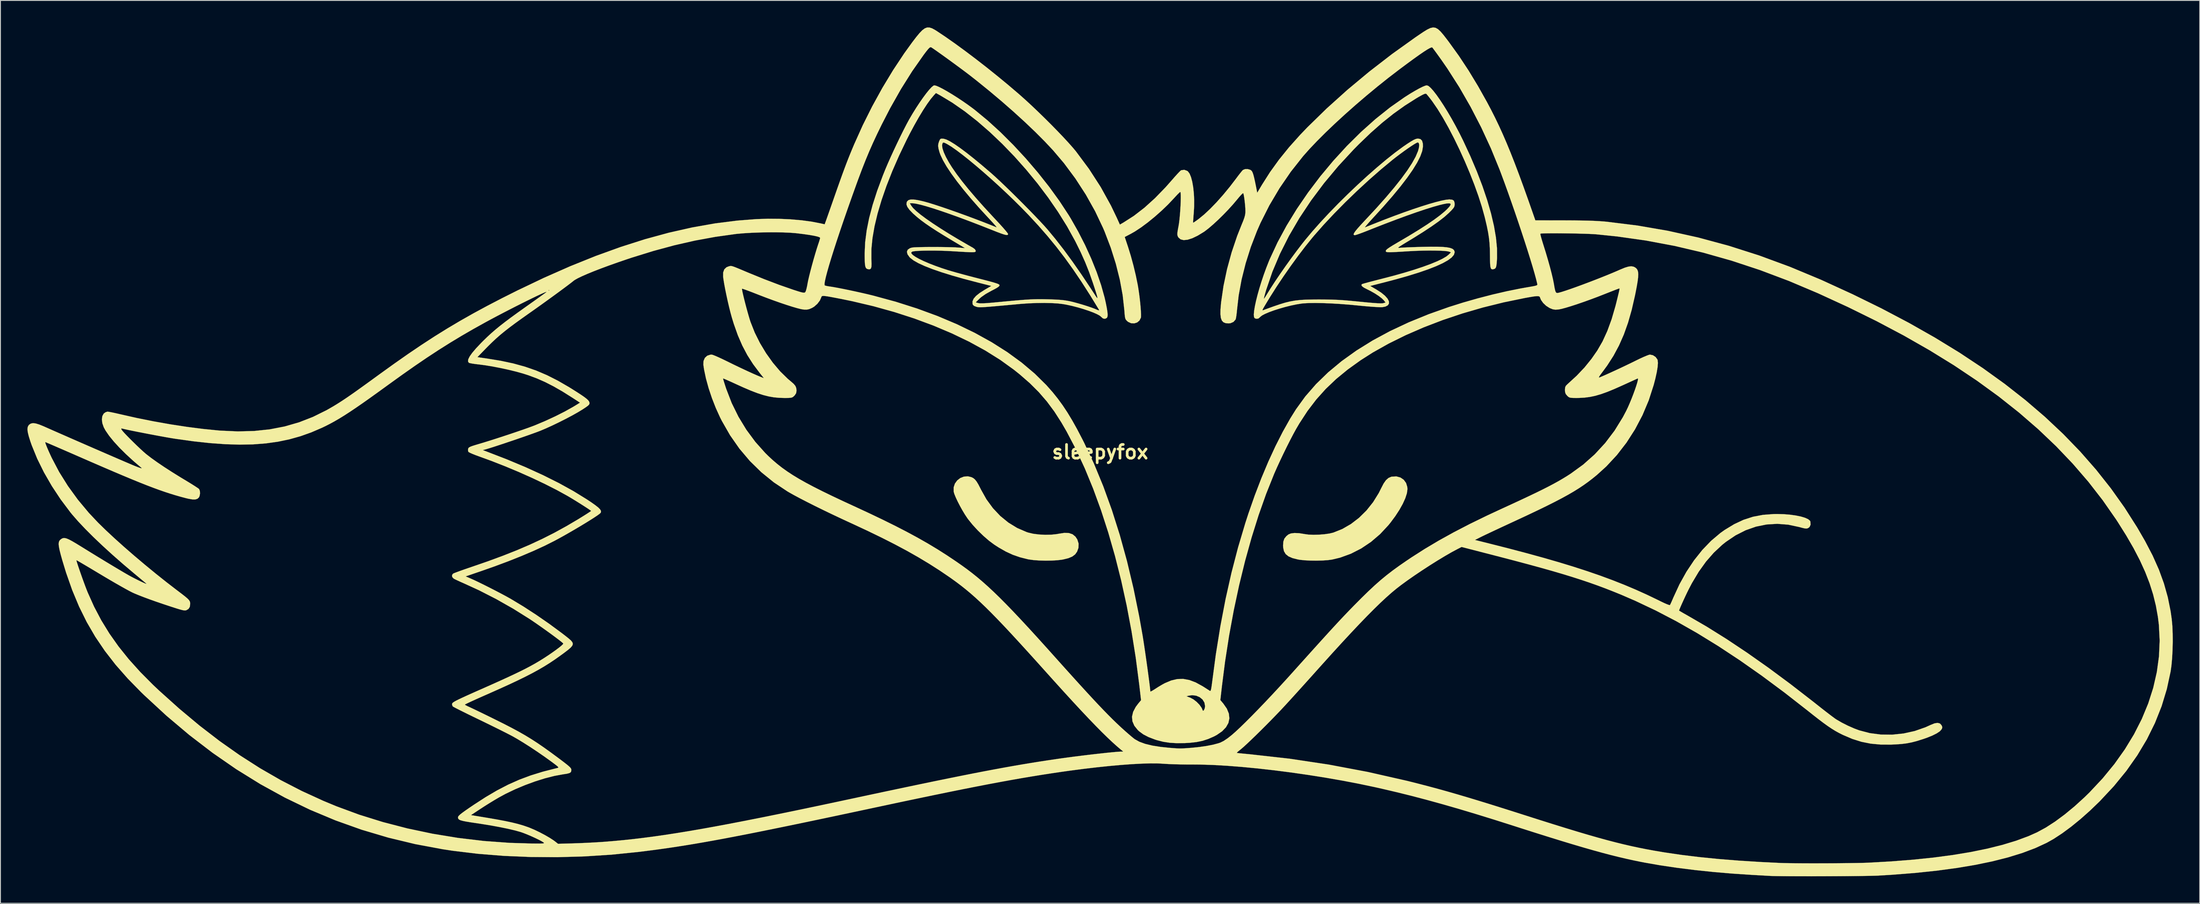
<source format=kicad_pcb>
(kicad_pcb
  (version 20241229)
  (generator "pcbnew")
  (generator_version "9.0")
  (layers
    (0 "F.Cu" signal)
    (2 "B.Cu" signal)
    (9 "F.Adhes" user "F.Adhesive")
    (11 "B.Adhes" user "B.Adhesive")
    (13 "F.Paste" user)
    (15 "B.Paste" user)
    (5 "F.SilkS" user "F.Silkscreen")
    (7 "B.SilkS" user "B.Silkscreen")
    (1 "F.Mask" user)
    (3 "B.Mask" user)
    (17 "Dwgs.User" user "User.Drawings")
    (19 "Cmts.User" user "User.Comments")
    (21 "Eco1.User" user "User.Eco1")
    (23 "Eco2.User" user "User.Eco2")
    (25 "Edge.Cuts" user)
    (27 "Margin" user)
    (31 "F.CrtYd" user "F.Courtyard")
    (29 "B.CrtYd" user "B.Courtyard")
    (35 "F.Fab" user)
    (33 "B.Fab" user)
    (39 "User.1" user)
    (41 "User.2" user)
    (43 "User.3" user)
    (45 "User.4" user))
  (footprint "sleepyfox"
    (layer "F.Cu")
    (at 119.377 47.258)
    (property "Reference" "sleepyfox" (at 0 0 0) (layer "F.SilkS") (effects (font (size 1.524 1.524) (thickness 0.3))))
    (attr through_hole)
    (fp_poly (pts (xy 33.427 2.847) (xy 33.791 3.097) (xy 34.052 3.456) (xy 34.189 3.908) (xy 34.204 4.14) (xy 34.142 4.598) (xy 33.965 5.148) (xy 33.683 5.77) (xy 33.307 6.443) (xy 32.849 7.147) (xy 32.319 7.86) (xy 32.079 8.157) (xy 31.155 9.147) (xy 30.142 10.012) (xy 29.055 10.741) (xy 27.907 11.327) (xy 26.713 11.761) (xy 25.819 11.976) (xy 25.342 12.041) (xy 24.75 12.081) (xy 24.094 12.098) (xy 23.425 12.091) (xy 22.795 12.06) (xy 22.255 12.006) (xy 22.023 11.968) (xy 21.421 11.817) (xy 20.97 11.622) (xy 20.655 11.37) (xy 20.461 11.045) (xy 20.372 10.633) (xy 20.362 10.399) (xy 20.394 9.97) (xy 20.506 9.646) (xy 20.726 9.373) (xy 20.945 9.192) (xy 21.222 9.072) (xy 21.625 9.021) (xy 22.121 9.038) (xy 22.681 9.125) (xy 22.733 9.136) (xy 23.185 9.198) (xy 23.747 9.221) (xy 24.362 9.206) (xy 24.976 9.157) (xy 25.534 9.077) (xy 25.95 8.977) (xy 26.953 8.576) (xy 27.913 8.022) (xy 28.815 7.33) (xy 29.642 6.515) (xy 30.379 5.591) (xy 31.011 4.572) (xy 31.284 4.027) (xy 31.552 3.509) (xy 31.813 3.14) (xy 32.087 2.898) (xy 32.39 2.764) (xy 32.477 2.745) (xy 32.982 2.724) (xy 33.427 2.847)) (stroke (width 0.01) (type solid)) (fill yes) (layer "F.SilkS"))
    (fp_poly (pts (xy -14.335 2.8) (xy -14.121 2.905) (xy -13.931 3.06) (xy -13.745 3.292) (xy -13.543 3.626) (xy -13.306 4.088) (xy -13.257 4.188) (xy -12.647 5.277) (xy -11.927 6.26) (xy -11.11 7.126) (xy -10.207 7.863) (xy -9.231 8.462) (xy -8.192 8.911) (xy -8.001 8.974) (xy -7.459 9.102) (xy -6.811 9.185) (xy -6.116 9.221) (xy -5.432 9.208) (xy -4.818 9.143) (xy -4.609 9.103) (xy -3.984 9.007) (xy -3.474 9.025) (xy -3.066 9.163) (xy -2.747 9.424) (xy -2.538 9.74) (xy -2.391 10.203) (xy -2.412 10.681) (xy -2.561 11.095) (xy -2.776 11.398) (xy -3.093 11.638) (xy -3.532 11.823) (xy -4.114 11.966) (xy -4.206 11.983) (xy -4.737 12.051) (xy -5.373 12.089) (xy -6.063 12.099) (xy -6.754 12.081) (xy -7.394 12.036) (xy -7.932 11.963) (xy -8.043 11.941) (xy -8.912 11.723) (xy -9.708 11.447) (xy -10.479 11.093) (xy -11.277 10.638) (xy -11.774 10.318) (xy -12.359 9.884) (xy -12.984 9.343) (xy -13.608 8.737) (xy -14.189 8.106) (xy -14.685 7.492) (xy -14.774 7.369) (xy -15.043 6.965) (xy -15.324 6.498) (xy -15.6 6.001) (xy -15.853 5.51) (xy -16.065 5.058) (xy -16.219 4.679) (xy -16.298 4.408) (xy -16.298 4.407) (xy -16.299 3.942) (xy -16.159 3.522) (xy -15.903 3.168) (xy -15.558 2.9) (xy -15.15 2.742) (xy -14.704 2.713) (xy -14.335 2.8)) (stroke (width 0.01) (type solid)) (fill yes) (layer "F.SilkS"))
    (fp_poly (pts (xy 36.547 -40.735) (xy 36.793 -40.522) (xy 37.096 -40.184) (xy 37.444 -39.734) (xy 37.829 -39.186) (xy 38.243 -38.554) (xy 38.677 -37.851) (xy 39.12 -37.092) (xy 39.565 -36.289) (xy 40.003 -35.457) (xy 40.394 -34.671) (xy 41.204 -32.924) (xy 41.923 -31.229) (xy 42.548 -29.595) (xy 43.076 -28.031) (xy 43.505 -26.546) (xy 43.832 -25.15) (xy 44.054 -23.851) (xy 44.169 -22.66) (xy 44.173 -21.585) (xy 44.169 -21.503) (xy 44.138 -21.054) (xy 44.101 -20.745) (xy 44.049 -20.547) (xy 43.972 -20.432) (xy 43.863 -20.369) (xy 43.799 -20.351) (xy 43.66 -20.329) (xy 43.556 -20.355) (xy 43.483 -20.45) (xy 43.434 -20.634) (xy 43.405 -20.928) (xy 43.391 -21.35) (xy 43.385 -21.912) (xy 43.373 -22.607) (xy 43.338 -23.232) (xy 43.275 -23.832) (xy 43.179 -24.45) (xy 43.042 -25.129) (xy 42.859 -25.913) (xy 42.798 -26.162) (xy 42.488 -27.285) (xy 42.101 -28.491) (xy 41.647 -29.754) (xy 41.138 -31.052) (xy 40.586 -32.358) (xy 40 -33.65) (xy 39.393 -34.902) (xy 38.775 -36.09) (xy 38.158 -37.189) (xy 37.552 -38.176) (xy 36.969 -39.025) (xy 36.883 -39.141) (xy 36.661 -39.429) (xy 36.468 -39.67) (xy 36.332 -39.829) (xy 36.296 -39.865) (xy 36.212 -39.884) (xy 36.06 -39.841) (xy 35.821 -39.726) (xy 35.473 -39.533) (xy 35.199 -39.372) (xy 33.911 -38.553) (xy 32.645 -37.648) (xy 31.383 -36.639) (xy 30.104 -35.511) (xy 28.79 -34.248) (xy 28.236 -33.688) (xy 26.515 -31.829) (xy 24.927 -29.928) (xy 23.478 -27.992) (xy 22.173 -26.03) (xy 21.017 -24.048) (xy 20.015 -22.055) (xy 19.171 -20.059) (xy 18.49 -18.067) (xy 18.412 -17.804) (xy 18.321 -17.479) (xy 18.256 -17.223) (xy 18.226 -17.073) (xy 18.227 -17.051) (xy 18.279 -17.104) (xy 18.391 -17.269) (xy 18.539 -17.508) (xy 18.959 -18.191) (xy 19.465 -18.97) (xy 20.035 -19.814) (xy 20.645 -20.689) (xy 21.274 -21.564) (xy 21.897 -22.405) (xy 22.492 -23.181) (xy 22.809 -23.58) (xy 23.615 -24.543) (xy 24.512 -25.555) (xy 25.483 -26.597) (xy 26.508 -27.652) (xy 27.571 -28.703) (xy 28.652 -29.733) (xy 29.733 -30.724) (xy 30.796 -31.66) (xy 31.822 -32.523) (xy 32.794 -33.296) (xy 33.693 -33.961) (xy 34.192 -34.303) (xy 34.599 -34.565) (xy 34.902 -34.738) (xy 35.13 -34.838) (xy 35.314 -34.879) (xy 35.384 -34.883) (xy 35.654 -34.825) (xy 35.829 -34.645) (xy 35.917 -34.332) (xy 35.929 -34.001) (xy 35.848 -33.5) (xy 35.631 -32.9) (xy 35.279 -32.204) (xy 34.792 -31.411) (xy 34.172 -30.524) (xy 33.419 -29.544) (xy 32.535 -28.472) (xy 31.52 -27.309) (xy 30.557 -26.252) (xy 30.205 -25.869) (xy 29.905 -25.535) (xy 29.671 -25.267) (xy 29.518 -25.082) (xy 29.462 -24.997) (xy 29.468 -24.994) (xy 29.593 -25.044) (xy 29.838 -25.142) (xy 30.165 -25.274) (xy 30.48 -25.4) (xy 31.628 -25.853) (xy 32.743 -26.277) (xy 33.811 -26.668) (xy 34.82 -27.021) (xy 35.755 -27.333) (xy 36.602 -27.598) (xy 37.35 -27.812) (xy 37.983 -27.972) (xy 38.489 -28.072) (xy 38.854 -28.109) (xy 38.866 -28.109) (xy 39.181 -28.08) (xy 39.363 -27.976) (xy 39.443 -27.768) (xy 39.455 -27.572) (xy 39.445 -27.413) (xy 39.4 -27.272) (xy 39.298 -27.117) (xy 39.119 -26.915) (xy 38.839 -26.634) (xy 38.798 -26.594) (xy 38.314 -26.162) (xy 37.677 -25.667) (xy 36.892 -25.111) (xy 35.962 -24.497) (xy 34.891 -23.827) (xy 34.417 -23.539) (xy 33.931 -23.246) (xy 33.578 -23.029) (xy 33.344 -22.877) (xy 33.216 -22.781) (xy 33.181 -22.729) (xy 33.225 -22.713) (xy 33.336 -22.721) (xy 33.359 -22.724) (xy 33.549 -22.74) (xy 33.88 -22.759) (xy 34.324 -22.779) (xy 34.851 -22.798) (xy 35.435 -22.817) (xy 35.856 -22.829) (xy 36.762 -22.846) (xy 37.512 -22.845) (xy 38.118 -22.823) (xy 38.594 -22.779) (xy 38.951 -22.711) (xy 39.203 -22.616) (xy 39.362 -22.492) (xy 39.441 -22.337) (xy 39.455 -22.215) (xy 39.371 -21.94) (xy 39.121 -21.648) (xy 38.708 -21.34) (xy 38.133 -21.018) (xy 37.4 -20.682) (xy 36.511 -20.333) (xy 35.468 -19.973) (xy 34.273 -19.602) (xy 32.929 -19.221) (xy 31.817 -18.928) (xy 30.059 -18.479) (xy 30.738 -18.084) (xy 31.282 -17.734) (xy 31.698 -17.393) (xy 31.984 -17.072) (xy 32.136 -16.781) (xy 32.15 -16.529) (xy 32.024 -16.327) (xy 31.754 -16.184) (xy 31.404 -16.117) (xy 31.195 -16.113) (xy 30.845 -16.127) (xy 30.385 -16.155) (xy 29.841 -16.197) (xy 29.244 -16.25) (xy 28.744 -16.299) (xy 27.702 -16.398) (xy 26.678 -16.476) (xy 25.696 -16.534) (xy 24.779 -16.57) (xy 23.95 -16.584) (xy 23.231 -16.575) (xy 22.645 -16.542) (xy 22.408 -16.517) (xy 21.83 -16.423) (xy 21.211 -16.292) (xy 20.575 -16.133) (xy 19.948 -15.954) (xy 19.355 -15.763) (xy 18.822 -15.569) (xy 18.373 -15.379) (xy 18.035 -15.203) (xy 17.831 -15.047) (xy 17.805 -15.014) (xy 17.61 -14.852) (xy 17.361 -14.828) (xy 17.196 -14.894) (xy 17.122 -15.036) (xy 17.106 -15.317) (xy 17.142 -15.721) (xy 17.153 -15.788) (xy 18.069 -15.788) (xy 18.087 -15.763) (xy 18.139 -15.776) (xy 18.172 -15.789) (xy 18.31 -15.842) (xy 18.571 -15.938) (xy 18.919 -16.063) (xy 19.317 -16.206) (xy 19.351 -16.217) (xy 20.006 -16.441) (xy 20.587 -16.617) (xy 21.13 -16.751) (xy 21.672 -16.848) (xy 22.246 -16.913) (xy 22.89 -16.953) (xy 23.638 -16.971) (xy 24.342 -16.975) (xy 25.102 -16.971) (xy 25.775 -16.958) (xy 26.41 -16.932) (xy 27.054 -16.893) (xy 27.755 -16.835) (xy 28.56 -16.759) (xy 28.848 -16.729) (xy 29.676 -16.648) (xy 30.343 -16.589) (xy 30.855 -16.554) (xy 31.221 -16.541) (xy 31.446 -16.55) (xy 31.502 -16.561) (xy 31.766 -16.637) (xy 31.581 -16.872) (xy 31.347 -17.104) (xy 30.995 -17.373) (xy 30.562 -17.655) (xy 30.087 -17.923) (xy 29.759 -18.085) (xy 29.367 -18.287) (xy 29.14 -18.456) (xy 29.077 -18.593) (xy 29.15 -18.684) (xy 29.256 -18.721) (xy 29.504 -18.792) (xy 29.872 -18.892) (xy 30.337 -19.015) (xy 30.877 -19.155) (xy 31.47 -19.306) (xy 31.495 -19.312) (xy 32.739 -19.638) (xy 33.9 -19.965) (xy 34.968 -20.291) (xy 35.932 -20.611) (xy 36.781 -20.922) (xy 37.505 -21.22) (xy 38.092 -21.5) (xy 38.532 -21.758) (xy 38.774 -21.951) (xy 39.045 -22.216) (xy 38.848 -22.295) (xy 38.639 -22.342) (xy 38.285 -22.378) (xy 37.812 -22.403) (xy 37.245 -22.416) (xy 36.607 -22.419) (xy 35.924 -22.409) (xy 35.221 -22.388) (xy 34.522 -22.354) (xy 34.377 -22.345) (xy 33.649 -22.3) (xy 33.072 -22.266) (xy 32.629 -22.244) (xy 32.302 -22.233) (xy 32.074 -22.235) (xy 31.927 -22.248) (xy 31.842 -22.274) (xy 31.803 -22.313) (xy 31.793 -22.366) (xy 31.792 -22.389) (xy 31.833 -22.475) (xy 31.966 -22.598) (xy 32.204 -22.766) (xy 32.562 -22.991) (xy 33.055 -23.282) (xy 33.12 -23.32) (xy 34.353 -24.045) (xy 35.436 -24.706) (xy 36.372 -25.306) (xy 37.167 -25.849) (xy 37.826 -26.339) (xy 38.353 -26.777) (xy 38.615 -27.024) (xy 38.872 -27.302) (xy 39.003 -27.502) (xy 39.002 -27.627) (xy 38.864 -27.68) (xy 38.583 -27.663) (xy 38.154 -27.579) (xy 37.749 -27.48) (xy 37.039 -27.279) (xy 36.19 -27.013) (xy 35.218 -26.687) (xy 34.139 -26.307) (xy 32.968 -25.877) (xy 31.721 -25.404) (xy 30.413 -24.892) (xy 29.854 -24.669) (xy 29.4 -24.491) (xy 28.993 -24.338) (xy 28.661 -24.22) (xy 28.435 -24.148) (xy 28.351 -24.13) (xy 28.243 -24.152) (xy 28.211 -24.225) (xy 28.261 -24.36) (xy 28.4 -24.568) (xy 28.638 -24.858) (xy 28.98 -25.243) (xy 29.434 -25.732) (xy 29.56 -25.866) (xy 30.744 -27.14) (xy 31.799 -28.326) (xy 32.725 -29.421) (xy 33.521 -30.424) (xy 34.186 -31.334) (xy 34.717 -32.148) (xy 35.115 -32.865) (xy 35.377 -33.484) (xy 35.386 -33.508) (xy 35.484 -33.885) (xy 35.511 -34.187) (xy 35.465 -34.387) (xy 35.35 -34.459) (xy 35.22 -34.41) (xy 34.979 -34.272) (xy 34.65 -34.061) (xy 34.255 -33.793) (xy 33.818 -33.484) (xy 33.36 -33.148) (xy 32.905 -32.803) (xy 32.554 -32.527) (xy 31.253 -31.449) (xy 29.922 -30.283) (xy 28.591 -29.057) (xy 27.288 -27.798) (xy 26.041 -26.533) (xy 24.877 -25.29) (xy 23.826 -24.097) (xy 23.598 -23.826) (xy 22.843 -22.889) (xy 22.042 -21.839) (xy 21.224 -20.716) (xy 20.416 -19.558) (xy 19.646 -18.405) (xy 18.942 -17.297) (xy 18.823 -17.103) (xy 18.531 -16.622) (xy 18.319 -16.268) (xy 18.176 -16.022) (xy 18.096 -15.868) (xy 18.069 -15.788) (xy 17.153 -15.788) (xy 17.227 -16.229) (xy 17.355 -16.824) (xy 17.521 -17.488) (xy 17.723 -18.204) (xy 17.954 -18.953) (xy 18.21 -19.718) (xy 18.488 -20.482) (xy 18.781 -21.226) (xy 18.885 -21.474) (xy 19.746 -23.327) (xy 20.753 -25.191) (xy 21.892 -27.049) (xy 23.148 -28.883) (xy 24.504 -30.675) (xy 25.947 -32.405) (xy 27.461 -34.057) (xy 29.03 -35.612) (xy 30.641 -37.051) (xy 32.276 -38.357) (xy 33.876 -39.481) (xy 34.465 -39.856) (xy 35.012 -40.183) (xy 35.497 -40.453) (xy 35.901 -40.654) (xy 36.203 -40.776) (xy 36.364 -40.809) (xy 36.547 -40.735)) (stroke (width 0.01) (type solid)) (fill yes) (layer "F.SilkS"))
    (fp_poly (pts (xy -18.241 -40.761) (xy -17.918 -40.624) (xy -17.501 -40.411) (xy -17.009 -40.134) (xy -16.464 -39.807) (xy -15.885 -39.44) (xy -15.294 -39.048) (xy -14.71 -38.642) (xy -14.155 -38.235) (xy -13.909 -38.046) (xy -12.499 -36.882) (xy -11.073 -35.58) (xy -9.655 -34.166) (xy -8.267 -32.668) (xy -6.934 -31.111) (xy -5.678 -29.523) (xy -4.523 -27.93) (xy -3.493 -26.359) (xy -3.27 -25.993) (xy -2.437 -24.526) (xy -1.67 -23.024) (xy -0.983 -21.512) (xy -0.384 -20.018) (xy 0.113 -18.569) (xy 0.498 -17.192) (xy 0.629 -16.614) (xy 0.743 -16.038) (xy 0.813 -15.604) (xy 0.839 -15.291) (xy 0.823 -15.078) (xy 0.767 -14.944) (xy 0.745 -14.918) (xy 0.545 -14.823) (xy 0.322 -14.86) (xy 0.144 -15.014) (xy -0.021 -15.161) (xy -0.327 -15.331) (xy -0.749 -15.518) (xy -1.262 -15.711) (xy -1.84 -15.903) (xy -2.458 -16.086) (xy -3.091 -16.25) (xy -3.715 -16.387) (xy -4.149 -16.465) (xy -4.715 -16.531) (xy -5.412 -16.572) (xy -6.204 -16.588) (xy -7.054 -16.579) (xy -7.926 -16.545) (xy -8.783 -16.485) (xy -8.932 -16.472) (xy -9.915 -16.382) (xy -10.744 -16.306) (xy -11.433 -16.244) (xy -11.997 -16.194) (xy -12.45 -16.157) (xy -12.808 -16.131) (xy -13.084 -16.115) (xy -13.292 -16.108) (xy -13.449 -16.11) (xy -13.567 -16.119) (xy -13.662 -16.134) (xy -13.748 -16.154) (xy -13.779 -16.163) (xy -14.033 -16.261) (xy -14.162 -16.393) (xy -14.19 -16.472) (xy -14.2 -16.762) (xy -14.076 -17.057) (xy -13.812 -17.365) (xy -13.4 -17.696) (xy -12.833 -18.059) (xy -12.78 -18.089) (xy -12.108 -18.48) (xy -13.695 -18.883) (xy -15.162 -19.268) (xy -16.481 -19.644) (xy -17.649 -20.007) (xy -18.665 -20.358) (xy -19.524 -20.695) (xy -20.224 -21.016) (xy -20.763 -21.322) (xy -21.137 -21.611) (xy -21.204 -21.68) (xy -21.432 -22.003) (xy -21.5 -22.283) (xy -21.41 -22.512) (xy -21.165 -22.68) (xy -20.931 -22.751) (xy -20.74 -22.772) (xy -20.409 -22.789) (xy -19.964 -22.802) (xy -19.435 -22.811) (xy -18.851 -22.815) (xy -18.239 -22.815) (xy -17.627 -22.81) (xy -17.045 -22.801) (xy -16.52 -22.788) (xy -16.081 -22.771) (xy -15.79 -22.752) (xy -15.028 -22.687) (xy -16.425 -23.52) (xy -17.36 -24.083) (xy -18.161 -24.581) (xy -18.846 -25.025) (xy -19.433 -25.428) (xy -19.938 -25.8) (xy -20.379 -26.155) (xy -20.773 -26.503) (xy -20.835 -26.561) (xy -21.215 -26.952) (xy -21.451 -27.28) (xy -21.551 -27.558) (xy -21.535 -27.686) (xy -21.176 -27.686) (xy -21.023 -27.421) (xy -20.813 -27.149) (xy -20.458 -26.81) (xy -19.97 -26.408) (xy -19.356 -25.952) (xy -18.625 -25.445) (xy -17.787 -24.896) (xy -16.851 -24.309) (xy -15.824 -23.691) (xy -14.717 -23.048) (xy -14.139 -22.721) (xy -13.929 -22.56) (xy -13.843 -22.399) (xy -13.843 -22.39) (xy -13.848 -22.332) (xy -13.874 -22.288) (xy -13.939 -22.257) (xy -14.06 -22.238) (xy -14.256 -22.232) (xy -14.543 -22.238) (xy -14.94 -22.257) (xy -15.463 -22.286) (xy -16.132 -22.327) (xy -16.428 -22.345) (xy -17.081 -22.379) (xy -17.759 -22.402) (xy -18.434 -22.414) (xy -19.081 -22.415) (xy -19.673 -22.406) (xy -20.182 -22.387) (xy -20.583 -22.358) (xy -20.847 -22.319) (xy -20.889 -22.308) (xy -21.017 -22.219) (xy -20.995 -22.087) (xy -20.835 -21.917) (xy -20.547 -21.717) (xy -20.145 -21.491) (xy -19.639 -21.247) (xy -19.043 -20.99) (xy -18.366 -20.726) (xy -17.621 -20.461) (xy -16.926 -20.235) (xy -16.525 -20.116) (xy -15.998 -19.966) (xy -15.381 -19.796) (xy -14.711 -19.616) (xy -14.025 -19.436) (xy -13.504 -19.302) (xy -12.815 -19.126) (xy -12.275 -18.984) (xy -11.865 -18.87) (xy -11.569 -18.778) (xy -11.371 -18.705) (xy -11.254 -18.644) (xy -11.201 -18.589) (xy -11.194 -18.567) (xy -11.216 -18.481) (xy -11.323 -18.376) (xy -11.534 -18.24) (xy -11.87 -18.057) (xy -12.082 -17.949) (xy -12.724 -17.592) (xy -13.219 -17.247) (xy -13.419 -17.07) (xy -13.843 -16.653) (xy -13.577 -16.572) (xy -13.376 -16.544) (xy -13.036 -16.544) (xy -12.548 -16.571) (xy -11.902 -16.626) (xy -11.841 -16.632) (xy -10.863 -16.725) (xy -10.032 -16.802) (xy -9.329 -16.865) (xy -8.733 -16.915) (xy -8.223 -16.953) (xy -7.779 -16.979) (xy -7.38 -16.996) (xy -7.006 -17.005) (xy -6.636 -17.007) (xy -6.25 -17.003) (xy -5.842 -16.994) (xy -5.128 -16.972) (xy -4.548 -16.939) (xy -4.066 -16.894) (xy -3.646 -16.832) (xy -3.378 -16.779) (xy -2.949 -16.676) (xy -2.445 -16.539) (xy -1.912 -16.382) (xy -1.393 -16.219) (xy -0.932 -16.062) (xy -0.574 -15.926) (xy -0.466 -15.879) (xy -0.216 -15.776) (xy -0.106 -15.763) (xy -0.113 -15.812) (xy -1.112 -17.446) (xy -2.071 -18.944) (xy -3.008 -20.329) (xy -3.94 -21.625) (xy -4.885 -22.856) (xy -5.86 -24.043) (xy -6.882 -25.212) (xy -7.968 -26.385) (xy -8.022 -26.441) (xy -8.78 -27.22) (xy -9.586 -28.019) (xy -10.424 -28.824) (xy -11.28 -29.624) (xy -12.139 -30.404) (xy -12.987 -31.153) (xy -13.809 -31.857) (xy -14.59 -32.504) (xy -15.315 -33.081) (xy -15.969 -33.575) (xy -16.538 -33.974) (xy -17.008 -34.263) (xy -17.056 -34.29) (xy -17.292 -34.409) (xy -17.427 -34.445) (xy -17.507 -34.407) (xy -17.532 -34.375) (xy -17.59 -34.144) (xy -17.544 -33.799) (xy -17.398 -33.356) (xy -17.158 -32.829) (xy -16.83 -32.233) (xy -16.485 -31.681) (xy -15.969 -30.934) (xy -15.357 -30.122) (xy -14.642 -29.238) (xy -13.819 -28.273) (xy -12.881 -27.219) (xy -11.819 -26.069) (xy -11.536 -25.767) (xy -11.161 -25.363) (xy -10.828 -24.994) (xy -10.556 -24.68) (xy -10.359 -24.44) (xy -10.256 -24.293) (xy -10.245 -24.263) (xy -10.265 -24.185) (xy -10.336 -24.148) (xy -10.477 -24.156) (xy -10.703 -24.213) (xy -11.033 -24.324) (xy -11.483 -24.494) (xy -12.071 -24.726) (xy -12.085 -24.731) (xy -13.351 -25.231) (xy -14.558 -25.694) (xy -15.696 -26.118) (xy -16.754 -26.499) (xy -17.722 -26.833) (xy -18.59 -27.117) (xy -19.347 -27.348) (xy -19.982 -27.522) (xy -20.486 -27.635) (xy -20.848 -27.684) (xy -20.912 -27.686) (xy -21.176 -27.686) (xy -21.535 -27.686) (xy -21.521 -27.801) (xy -21.469 -27.901) (xy -21.323 -28.033) (xy -21.09 -28.1) (xy -20.754 -28.101) (xy -20.298 -28.035) (xy -19.708 -27.903) (xy -19.543 -27.861) (xy -19.045 -27.721) (xy -18.415 -27.525) (xy -17.678 -27.283) (xy -16.858 -27.003) (xy -15.98 -26.694) (xy -15.069 -26.366) (xy -14.15 -26.026) (xy -13.247 -25.683) (xy -12.385 -25.347) (xy -11.589 -25.027) (xy -11.515 -24.996) (xy -11.529 -25.037) (xy -11.645 -25.183) (xy -11.847 -25.415) (xy -12.119 -25.716) (xy -12.447 -26.068) (xy -12.46 -26.082) (xy -13.456 -27.163) (xy -14.371 -28.202) (xy -15.196 -29.191) (xy -15.927 -30.12) (xy -16.556 -30.981) (xy -17.077 -31.765) (xy -17.483 -32.464) (xy -17.768 -33.068) (xy -17.868 -33.346) (xy -17.979 -33.748) (xy -18.024 -34.049) (xy -18.004 -34.304) (xy -17.921 -34.565) (xy -17.907 -34.6) (xy -17.818 -34.787) (xy -17.72 -34.868) (xy -17.551 -34.877) (xy -17.402 -34.862) (xy -17.107 -34.775) (xy -16.701 -34.572) (xy -16.188 -34.256) (xy -15.575 -33.831) (xy -14.868 -33.303) (xy -14.073 -32.674) (xy -13.195 -31.951) (xy -12.241 -31.137) (xy -12.065 -30.984) (xy -11.629 -30.592) (xy -11.105 -30.104) (xy -10.514 -29.54) (xy -9.876 -28.92) (xy -9.213 -28.266) (xy -8.546 -27.599) (xy -7.896 -26.94) (xy -7.284 -26.31) (xy -6.731 -25.729) (xy -6.257 -25.22) (xy -5.885 -24.803) (xy -5.852 -24.765) (xy -4.956 -23.683) (xy -4.036 -22.499) (xy -3.083 -21.199) (xy -2.088 -19.772) (xy -1.044 -18.206) (xy -0.52 -17.399) (xy -0.406 -17.229) (xy -0.332 -17.137) (xy -0.298 -17.137) (xy -0.308 -17.239) (xy -0.364 -17.456) (xy -0.468 -17.799) (xy -0.623 -18.28) (xy -0.807 -18.838) (xy -1.218 -20.011) (xy -1.661 -21.123) (xy -2.159 -22.235) (xy -2.74 -23.41) (xy -2.794 -23.514) (xy -3.68 -25.114) (xy -4.68 -26.719) (xy -5.779 -28.315) (xy -6.964 -29.886) (xy -8.22 -31.415) (xy -9.532 -32.889) (xy -10.887 -34.292) (xy -12.27 -35.607) (xy -13.667 -36.821) (xy -15.064 -37.917) (xy -16.446 -38.879) (xy -17.79 -39.689) (xy -18.267 -39.952) (xy -18.481 -39.725) (xy -18.837 -39.301) (xy -19.246 -38.737) (xy -19.695 -38.05) (xy -20.175 -37.258) (xy -20.674 -36.377) (xy -21.183 -35.427) (xy -21.536 -34.732) (xy -22.378 -32.974) (xy -23.125 -31.266) (xy -23.774 -29.618) (xy -24.321 -28.039) (xy -24.766 -26.538) (xy -25.104 -25.123) (xy -25.333 -23.803) (xy -25.452 -22.588) (xy -25.456 -21.486) (xy -25.452 -21.411) (xy -25.433 -20.944) (xy -25.447 -20.624) (xy -25.502 -20.429) (xy -25.606 -20.34) (xy -25.767 -20.334) (xy -25.863 -20.354) (xy -25.981 -20.403) (xy -26.069 -20.497) (xy -26.13 -20.657) (xy -26.17 -20.907) (xy -26.192 -21.269) (xy -26.201 -21.764) (xy -26.201 -22.14) (xy -26.144 -23.361) (xy -25.979 -24.654) (xy -25.704 -26.029) (xy -25.316 -27.494) (xy -24.813 -29.058) (xy -24.193 -30.729) (xy -23.902 -31.454) (xy -23.637 -32.079) (xy -23.321 -32.791) (xy -22.97 -33.558) (xy -22.6 -34.343) (xy -22.228 -35.113) (xy -21.87 -35.833) (xy -21.543 -36.469) (xy -21.264 -36.985) (xy -21.242 -37.024) (xy -20.862 -37.673) (xy -20.47 -38.304) (xy -20.078 -38.899) (xy -19.699 -39.443) (xy -19.345 -39.919) (xy -19.028 -40.31) (xy -18.76 -40.599) (xy -18.554 -40.769) (xy -18.448 -40.809) (xy -18.241 -40.761)) (stroke (width 0.01) (type solid)) (fill yes) (layer "F.SilkS"))
    (fp_poly (pts (xy 37.328 -47.216) (xy 37.598 -47.066) (xy 37.887 -46.8) (xy 38.22 -46.41) (xy 38.62 -45.893) (xy 38.821 -45.626) (xy 39.934 -44.081) (xy 41.007 -42.455) (xy 42.06 -40.718) (xy 43.053 -38.948) (xy 43.512 -38.082) (xy 43.954 -37.208) (xy 44.385 -36.31) (xy 44.812 -35.373) (xy 45.241 -34.38) (xy 45.679 -33.316) (xy 46.132 -32.165) (xy 46.608 -30.91) (xy 47.112 -29.536) (xy 47.651 -28.028) (xy 48.083 -26.797) (xy 48.438 -25.781) (xy 51.672 -25.777) (xy 52.688 -25.773) (xy 53.56 -25.764) (xy 54.309 -25.748) (xy 54.962 -25.725) (xy 55.541 -25.694) (xy 56.072 -25.655) (xy 56.388 -25.626) (xy 59.783 -25.206) (xy 63.174 -24.621) (xy 66.565 -23.869) (xy 69.958 -22.952) (xy 73.354 -21.867) (xy 76.756 -20.614) (xy 80.167 -19.193) (xy 80.375 -19.1) (xy 83.75 -17.553) (xy 86.96 -15.977) (xy 90.011 -14.369) (xy 92.904 -12.728) (xy 95.645 -11.05) (xy 98.236 -9.332) (xy 100.681 -7.571) (xy 102.983 -5.765) (xy 105.147 -3.91) (xy 107.175 -2.004) (xy 109.072 -0.044) (xy 110.84 1.974) (xy 112.484 4.051) (xy 114.006 6.192) (xy 115.411 8.398) (xy 116.293 9.923) (xy 117.132 11.532) (xy 117.827 13.092) (xy 118.386 14.629) (xy 118.818 16.165) (xy 119.133 17.728) (xy 119.26 18.627) (xy 119.327 19.366) (xy 119.363 20.216) (xy 119.37 21.129) (xy 119.348 22.059) (xy 119.3 22.958) (xy 119.226 23.78) (xy 119.135 24.426) (xy 118.712 26.388) (xy 118.131 28.301) (xy 117.39 30.167) (xy 116.49 31.988) (xy 115.427 33.766) (xy 114.203 35.504) (xy 112.815 37.202) (xy 111.262 38.863) (xy 111.214 38.911) (xy 110.161 39.925) (xy 109.106 40.862) (xy 108.067 41.709) (xy 107.063 42.45) (xy 106.112 43.073) (xy 105.342 43.506) (xy 104.071 44.093) (xy 102.638 44.633) (xy 101.045 45.125) (xy 99.293 45.569) (xy 97.381 45.964) (xy 95.312 46.311) (xy 93.086 46.609) (xy 90.704 46.859) (xy 88.167 47.06) (xy 86.572 47.157) (xy 86.248 47.169) (xy 85.779 47.181) (xy 85.184 47.191) (xy 84.483 47.201) (xy 83.696 47.209) (xy 82.842 47.216) (xy 81.94 47.221) (xy 81.009 47.225) (xy 80.07 47.228) (xy 79.142 47.229) (xy 78.244 47.228) (xy 77.396 47.226) (xy 76.617 47.223) (xy 75.926 47.217) (xy 75.344 47.21) (xy 74.889 47.201) (xy 74.581 47.19) (xy 74.549 47.188) (xy 74.328 47.176) (xy 73.975 47.155) (xy 73.524 47.13) (xy 73.011 47.101) (xy 72.517 47.073) (xy 70.375 46.932) (xy 68.256 46.752) (xy 66.188 46.535) (xy 64.197 46.285) (xy 62.313 46.006) (xy 60.562 45.699) (xy 60.198 45.629) (xy 59.388 45.463) (xy 58.564 45.282) (xy 57.713 45.082) (xy 56.823 44.861) (xy 55.882 44.613) (xy 54.875 44.336) (xy 53.791 44.026) (xy 52.617 43.679) (xy 51.339 43.292) (xy 49.946 42.861) (xy 48.423 42.383) (xy 46.76 41.853) (xy 46.016 41.614) (xy 43.851 40.926) (xy 41.821 40.299) (xy 39.908 39.726) (xy 38.091 39.203) (xy 36.351 38.723) (xy 34.668 38.281) (xy 33.022 37.873) (xy 31.392 37.491) (xy 30.565 37.305) (xy 28.796 36.933) (xy 26.962 36.582) (xy 25.085 36.254) (xy 23.186 35.953) (xy 21.286 35.68) (xy 19.408 35.438) (xy 17.572 35.231) (xy 15.799 35.06) (xy 14.112 34.928) (xy 12.532 34.838) (xy 11.079 34.794) (xy 10.287 34.789) (xy 9.628 34.788) (xy 8.956 34.78) (xy 8.31 34.764) (xy 7.733 34.743) (xy 7.265 34.718) (xy 7.093 34.705) (xy 6.414 34.668) (xy 5.582 34.664) (xy 4.614 34.693) (xy 3.521 34.751) (xy 2.32 34.839) (xy 1.024 34.956) (xy -0.354 35.1) (xy -1.797 35.27) (xy -3.294 35.465) (xy -4.318 35.609) (xy -5.393 35.768) (xy -6.475 35.935) (xy -7.576 36.113) (xy -8.708 36.304) (xy -9.882 36.51) (xy -11.111 36.734) (xy -12.407 36.977) (xy -13.781 37.243) (xy -15.246 37.532) (xy -16.813 37.849) (xy -18.493 38.194) (xy -20.3 38.57) (xy -22.245 38.979) (xy -24.339 39.425) (xy -24.934 39.552) (xy -27.222 40.04) (xy -29.354 40.493) (xy -31.339 40.912) (xy -33.187 41.299) (xy -34.907 41.655) (xy -36.508 41.983) (xy -37.999 42.285) (xy -39.39 42.561) (xy -40.691 42.813) (xy -41.909 43.045) (xy -43.055 43.256) (xy -44.137 43.449) (xy -45.166 43.626) (xy -46.15 43.788) (xy -47.098 43.937) (xy -48.021 44.076) (xy -48.926 44.204) (xy -49.824 44.325) (xy -50.723 44.44) (xy -51.435 44.527) (xy -54.392 44.826) (xy -57.387 45.018) (xy -60.395 45.104) (xy -63.388 45.084) (xy -66.339 44.96) (xy -69.222 44.73) (xy -72.009 44.395) (xy -73.11 44.229) (xy -76.199 43.654) (xy -79.223 42.926) (xy -82.185 42.046) (xy -85.087 41.011) (xy -87.931 39.821) (xy -90.72 38.475) (xy -93.454 36.972) (xy -96.138 35.309) (xy -98.772 33.487) (xy -101.359 31.504) (xy -103.902 29.359) (xy -106.402 27.051) (xy -106.735 26.728) (xy -108.223 25.206) (xy -109.559 23.687) (xy -110.754 22.148) (xy -111.823 20.57) (xy -112.776 18.93) (xy -113.627 17.208) (xy -114.389 15.382) (xy -115.074 13.431) (xy -115.485 12.084) (xy -115.666 11.436) (xy -115.795 10.927) (xy -115.872 10.537) (xy -115.899 10.245) (xy -115.878 10.031) (xy -115.81 9.874) (xy -115.698 9.753) (xy -115.686 9.743) (xy -115.539 9.642) (xy -115.39 9.586) (xy -115.22 9.581) (xy -115.008 9.633) (xy -114.734 9.751) (xy -114.379 9.94) (xy -113.923 10.209) (xy -113.346 10.563) (xy -113.334 10.57) (xy -112.448 11.119) (xy -111.571 11.656) (xy -110.728 12.169) (xy -109.94 12.645) (xy -109.23 13.069) (xy -108.619 13.43) (xy -108.154 13.699) (xy -107.837 13.873) (xy -107.485 14.058) (xy -107.124 14.24) (xy -106.783 14.407) (xy -106.486 14.545) (xy -106.261 14.643) (xy -106.135 14.686) (xy -106.13 14.667) (xy -106.218 14.591) (xy -106.416 14.425) (xy -106.702 14.186) (xy -107.054 13.891) (xy -107.453 13.56) (xy -107.527 13.498) (xy -108.763 12.451) (xy -109.934 11.423) (xy -111.029 10.424) (xy -112.035 9.468) (xy -112.939 8.564) (xy -113.73 7.726) (xy -114.395 6.964) (xy -114.585 6.731) (xy -115.669 5.288) (xy -116.657 3.793) (xy -117.534 2.271) (xy -118.286 0.749) (xy -118.897 -0.748) (xy -118.995 -1.028) (xy -117.386 -1.028) (xy -117.319 -0.824) (xy -117.194 -0.509) (xy -117.02 -0.103) (xy -116.803 0.374) (xy -116.667 0.663) (xy -115.842 2.231) (xy -114.867 3.79) (xy -113.762 5.312) (xy -112.545 6.772) (xy -111.51 7.87) (xy -110.656 8.704) (xy -109.684 9.61) (xy -108.618 10.567) (xy -107.481 11.555) (xy -106.299 12.553) (xy -105.095 13.542) (xy -103.893 14.499) (xy -102.716 15.406) (xy -102.658 15.449) (xy -102.188 15.806) (xy -101.836 16.081) (xy -101.587 16.292) (xy -101.422 16.457) (xy -101.325 16.593) (xy -101.277 16.72) (xy -101.262 16.854) (xy -101.261 16.906) (xy -101.306 17.246) (xy -101.453 17.474) (xy -101.675 17.607) (xy -101.758 17.633) (xy -101.86 17.641) (xy -101.999 17.627) (xy -102.194 17.586) (xy -102.464 17.512) (xy -102.827 17.401) (xy -103.302 17.248) (xy -103.908 17.048) (xy -104.332 16.907) (xy -105.055 16.66) (xy -105.759 16.41) (xy -106.414 16.167) (xy -106.988 15.944) (xy -107.453 15.752) (xy -107.704 15.638) (xy -108.01 15.481) (xy -108.435 15.251) (xy -108.954 14.96) (xy -109.544 14.624) (xy -110.177 14.256) (xy -110.83 13.87) (xy -111.287 13.597) (xy -111.888 13.237) (xy -112.441 12.906) (xy -112.931 12.616) (xy -113.34 12.375) (xy -113.654 12.192) (xy -113.854 12.079) (xy -113.926 12.044) (xy -113.911 12.131) (xy -113.846 12.351) (xy -113.741 12.677) (xy -113.604 13.081) (xy -113.446 13.537) (xy -113.276 14.018) (xy -113.102 14.498) (xy -112.935 14.95) (xy -112.783 15.347) (xy -112.669 15.633) (xy -111.956 17.22) (xy -111.154 18.742) (xy -110.251 20.213) (xy -109.235 21.651) (xy -108.095 23.071) (xy -106.818 24.49) (xy -105.393 25.924) (xy -104.724 26.556) (xy -102.465 28.584) (xy -100.225 30.455) (xy -97.99 32.176) (xy -95.748 33.756) (xy -93.487 35.203) (xy -91.192 36.526) (xy -88.851 37.733) (xy -86.451 38.832) (xy -84.992 39.438) (xy -82.462 40.372) (xy -79.822 41.194) (xy -77.092 41.903) (xy -74.295 42.493) (xy -71.45 42.96) (xy -68.581 43.301) (xy -65.707 43.511) (xy -63.246 43.584) (xy -62.715 43.588) (xy -62.333 43.587) (xy -62.08 43.579) (xy -61.937 43.563) (xy -61.883 43.536) (xy -61.898 43.498) (xy -61.934 43.467) (xy -62.144 43.333) (xy -62.474 43.158) (xy -62.884 42.96) (xy -63.335 42.755) (xy -63.788 42.563) (xy -64.203 42.401) (xy -64.488 42.302) (xy -65.111 42.128) (xy -65.879 41.947) (xy -66.771 41.763) (xy -67.764 41.58) (xy -68.836 41.405) (xy -69.432 41.315) (xy -70.071 41.22) (xy -70.561 41.139) (xy -70.921 41.066) (xy -71.172 40.996) (xy -71.331 40.922) (xy -71.419 40.838) (xy -71.454 40.737) (xy -71.459 40.669) (xy -71.437 40.588) (xy -71.363 40.487) (xy -71.221 40.353) (xy -70.996 40.175) (xy -70.673 39.941) (xy -70.237 39.638) (xy -69.714 39.284) (xy -68.377 38.417) (xy -67.107 37.671) (xy -65.871 37.03) (xy -64.634 36.48) (xy -63.361 36.005) (xy -62.02 35.59) (xy -60.575 35.22) (xy -60.418 35.183) (xy -60.325 35.157) (xy -60.289 35.118) (xy -60.324 35.05) (xy -60.447 34.937) (xy -60.672 34.761) (xy -61.015 34.505) (xy -61.095 34.446) (xy -61.84 33.91) (xy -62.629 33.365) (xy -63.426 32.836) (xy -64.193 32.348) (xy -64.893 31.924) (xy -65.342 31.668) (xy -65.647 31.506) (xy -66.078 31.284) (xy -66.612 31.015) (xy -67.223 30.711) (xy -67.885 30.385) (xy -68.572 30.049) (xy -69.11 29.789) (xy -69.755 29.477) (xy -70.354 29.185) (xy -70.889 28.92) (xy -71.344 28.693) (xy -71.699 28.511) (xy -71.937 28.385) (xy -72.041 28.322) (xy -72.041 28.321) (xy -72.118 28.144) (xy -72.116 28.12) (xy -70.696 28.12) (xy -70.625 28.18) (xy -70.442 28.278) (xy -70.257 28.362) (xy -70.071 28.447) (xy -69.756 28.596) (xy -69.336 28.798) (xy -68.832 29.041) (xy -68.268 29.316) (xy -67.667 29.611) (xy -67.442 29.722) (xy -66.423 30.229) (xy -65.529 30.689) (xy -64.73 31.118) (xy -63.996 31.537) (xy -63.297 31.962) (xy -62.603 32.412) (xy -61.883 32.906) (xy -61.107 33.463) (xy -60.246 34.1) (xy -60.135 34.183) (xy -59.679 34.528) (xy -59.343 34.79) (xy -59.109 34.986) (xy -58.96 35.132) (xy -58.878 35.246) (xy -58.846 35.342) (xy -58.843 35.387) (xy -58.86 35.551) (xy -58.93 35.667) (xy -59.081 35.75) (xy -59.342 35.815) (xy -59.742 35.878) (xy -59.778 35.883) (xy -60.731 36.058) (xy -61.779 36.325) (xy -62.884 36.672) (xy -64.009 37.086) (xy -65.118 37.552) (xy -66.172 38.058) (xy -66.893 38.449) (xy -67.38 38.735) (xy -67.937 39.074) (xy -68.494 39.423) (xy -68.97 39.732) (xy -70.016 40.423) (xy -68.134 40.734) (xy -67.096 40.913) (xy -66.205 41.082) (xy -65.436 41.246) (xy -64.767 41.412) (xy -64.176 41.585) (xy -63.639 41.77) (xy -63.458 41.84) (xy -62.921 42.069) (xy -62.343 42.348) (xy -61.769 42.652) (xy -61.244 42.957) (xy -60.813 43.238) (xy -60.664 43.349) (xy -60.325 43.614) (xy -58.576 43.565) (xy -57.892 43.541) (xy -57.119 43.507) (xy -56.328 43.466) (xy -55.588 43.421) (xy -55.147 43.39) (xy -54.106 43.305) (xy -53.048 43.206) (xy -51.965 43.091) (xy -50.847 42.957) (xy -49.686 42.805) (xy -48.472 42.632) (xy -47.197 42.436) (xy -45.851 42.217) (xy -44.426 41.972) (xy -42.913 41.7) (xy -41.302 41.399) (xy -39.586 41.068) (xy -37.753 40.705) (xy -35.797 40.309) (xy -33.707 39.879) (xy -31.475 39.411) (xy -29.092 38.906) (xy -27.896 38.65) (xy -25.715 38.184) (xy -23.689 37.753) (xy -21.807 37.356) (xy -20.06 36.99) (xy -18.436 36.653) (xy -16.925 36.344) (xy -15.518 36.06) (xy -14.203 35.799) (xy -12.97 35.56) (xy -11.81 35.341) (xy -10.711 35.138) (xy -9.663 34.951) (xy -8.656 34.778) (xy -7.68 34.616) (xy -6.724 34.463) (xy -5.777 34.318) (xy -4.83 34.178) (xy -4.189 34.086) (xy -3.541 33.998) (xy -2.834 33.905) (xy -2.09 33.812) (xy -1.334 33.72) (xy -0.589 33.633) (xy 0.121 33.554) (xy 0.609 33.501) (xy 15.215 33.501) (xy 15.215 33.501) (xy 15.318 33.515) (xy 15.56 33.541) (xy 15.913 33.576) (xy 16.347 33.618) (xy 16.722 33.654) (xy 21.09 34.143) (xy 25.442 34.797) (xy 29.787 35.616) (xy 34.134 36.602) (xy 34.586 36.714) (xy 35.607 36.973) (xy 36.609 37.234) (xy 37.61 37.504) (xy 38.631 37.788) (xy 39.688 38.092) (xy 40.801 38.42) (xy 41.987 38.778) (xy 43.266 39.171) (xy 44.656 39.606) (xy 46.176 40.087) (xy 47.244 40.428) (xy 48.922 40.963) (xy 50.453 41.445) (xy 51.853 41.879) (xy 53.135 42.269) (xy 54.313 42.618) (xy 55.401 42.929) (xy 56.414 43.207) (xy 57.364 43.455) (xy 58.266 43.678) (xy 59.135 43.878) (xy 59.983 44.059) (xy 60.826 44.226) (xy 61.677 44.382) (xy 62.55 44.53) (xy 62.823 44.575) (xy 64.695 44.85) (xy 66.692 45.094) (xy 68.822 45.307) (xy 71.095 45.489) (xy 73.52 45.642) (xy 75.692 45.748) (xy 76.107 45.761) (xy 76.666 45.772) (xy 77.344 45.779) (xy 78.118 45.784) (xy 78.962 45.787) (xy 79.852 45.787) (xy 80.762 45.785) (xy 81.669 45.781) (xy 82.546 45.774) (xy 83.37 45.765) (xy 84.115 45.754) (xy 84.758 45.742) (xy 85.272 45.727) (xy 85.471 45.719) (xy 88.039 45.575) (xy 90.467 45.384) (xy 92.752 45.147) (xy 94.892 44.863) (xy 96.884 44.533) (xy 98.724 44.157) (xy 100.411 43.737) (xy 101.942 43.273) (xy 103.314 42.765) (xy 104.267 42.34) (xy 105.243 41.811) (xy 106.277 41.142) (xy 107.351 40.348) (xy 108.449 39.441) (xy 109.553 38.435) (xy 110.11 37.89) (xy 111.566 36.337) (xy 112.878 34.738) (xy 114.043 33.098) (xy 115.061 31.424) (xy 115.927 29.721) (xy 116.641 27.996) (xy 117.199 26.254) (xy 117.599 24.503) (xy 117.839 22.747) (xy 117.916 20.993) (xy 117.828 19.247) (xy 117.721 18.373) (xy 117.495 17.11) (xy 117.188 15.864) (xy 116.793 14.617) (xy 116.303 13.354) (xy 115.711 12.056) (xy 115.01 10.708) (xy 114.191 9.292) (xy 113.248 7.79) (xy 113.054 7.493) (xy 111.577 5.373) (xy 109.977 3.313) (xy 108.249 1.31) (xy 106.39 -0.639) (xy 104.398 -2.535) (xy 102.267 -4.382) (xy 99.996 -6.182) (xy 97.581 -7.937) (xy 95.019 -9.65) (xy 92.306 -11.323) (xy 89.439 -12.96) (xy 86.415 -14.562) (xy 83.23 -16.131) (xy 79.884 -17.67) (xy 76.648 -19.038) (xy 73.446 -20.245) (xy 70.266 -21.295) (xy 67.097 -22.192) (xy 63.926 -22.937) (xy 60.743 -23.535) (xy 57.536 -23.989) (xy 55.203 -24.228) (xy 54.866 -24.25) (xy 54.423 -24.271) (xy 53.894 -24.29) (xy 53.304 -24.306) (xy 52.676 -24.32) (xy 52.031 -24.33) (xy 51.393 -24.337) (xy 50.785 -24.341) (xy 50.23 -24.341) (xy 49.75 -24.337) (xy 49.369 -24.329) (xy 49.109 -24.316) (xy 48.994 -24.299) (xy 48.991 -24.297) (xy 49 -24.205) (xy 49.054 -23.981) (xy 49.145 -23.656) (xy 49.265 -23.259) (xy 49.325 -23.069) (xy 49.589 -22.224) (xy 49.835 -21.39) (xy 50.057 -20.598) (xy 50.245 -19.875) (xy 50.393 -19.251) (xy 50.492 -18.755) (xy 50.5 -18.711) (xy 50.574 -18.279) (xy 50.638 -17.989) (xy 50.7 -17.812) (xy 50.771 -17.724) (xy 50.861 -17.696) (xy 50.882 -17.695) (xy 51.056 -17.726) (xy 51.367 -17.814) (xy 51.795 -17.951) (xy 52.319 -18.129) (xy 52.92 -18.342) (xy 53.577 -18.582) (xy 54.27 -18.842) (xy 54.98 -19.113) (xy 55.686 -19.389) (xy 56.368 -19.662) (xy 57.006 -19.924) (xy 57.581 -20.169) (xy 57.855 -20.29) (xy 58.379 -20.507) (xy 58.789 -20.632) (xy 59.111 -20.669) (xy 59.373 -20.623) (xy 59.544 -20.536) (xy 59.692 -20.416) (xy 59.799 -20.263) (xy 59.865 -20.06) (xy 59.889 -19.788) (xy 59.873 -19.43) (xy 59.815 -18.968) (xy 59.716 -18.383) (xy 59.575 -17.658) (xy 59.522 -17.399) (xy 59.16 -15.821) (xy 58.75 -14.385) (xy 58.282 -13.069) (xy 57.745 -11.851) (xy 57.132 -10.708) (xy 56.432 -9.619) (xy 55.915 -8.915) (xy 55.676 -8.596) (xy 55.543 -8.394) (xy 55.507 -8.295) (xy 55.563 -8.29) (xy 55.566 -8.291) (xy 55.836 -8.401) (xy 56.228 -8.572) (xy 56.713 -8.79) (xy 57.259 -9.04) (xy 57.838 -9.309) (xy 58.419 -9.584) (xy 58.972 -9.849) (xy 59.467 -10.091) (xy 59.597 -10.156) (xy 60.051 -10.377) (xy 60.468 -10.568) (xy 60.818 -10.716) (xy 61.073 -10.81) (xy 61.192 -10.837) (xy 61.522 -10.765) (xy 61.815 -10.575) (xy 62.012 -10.309) (xy 62.046 -10.218) (xy 62.077 -9.911) (xy 62.043 -9.458) (xy 61.947 -8.871) (xy 61.79 -8.16) (xy 61.605 -7.451) (xy 61.053 -5.742) (xy 60.359 -4.095) (xy 59.531 -2.521) (xy 58.579 -1.037) (xy 57.511 0.344) (xy 56.336 1.608) (xy 55.292 2.554) (xy 54.808 2.948) (xy 54.32 3.323) (xy 53.816 3.684) (xy 53.282 4.041) (xy 52.704 4.4) (xy 52.069 4.769) (xy 51.364 5.156) (xy 50.574 5.568) (xy 49.687 6.013) (xy 48.689 6.498) (xy 47.566 7.031) (xy 46.305 7.619) (xy 45.848 7.83) (xy 45.174 8.143) (xy 44.519 8.447) (xy 43.908 8.733) (xy 43.363 8.989) (xy 42.907 9.204) (xy 42.564 9.369) (xy 42.381 9.459) (xy 41.715 9.794) (xy 43.146 10.151) (xy 45.326 10.703) (xy 47.352 11.236) (xy 49.237 11.753) (xy 50.994 12.259) (xy 52.636 12.759) (xy 54.177 13.258) (xy 55.63 13.758) (xy 57.007 14.266) (xy 58.323 14.785) (xy 59.591 15.32) (xy 60.823 15.875) (xy 62.032 16.455) (xy 62.347 16.611) (xy 62.722 16.792) (xy 63.043 16.934) (xy 63.28 17.023) (xy 63.404 17.049) (xy 63.413 17.045) (xy 63.469 16.941) (xy 63.573 16.718) (xy 63.706 16.414) (xy 63.791 16.214) (xy 64.479 14.723) (xy 65.252 13.333) (xy 66.103 12.056) (xy 67.022 10.903) (xy 68.001 9.887) (xy 69.03 9.019) (xy 69.517 8.673) (xy 70.566 8.038) (xy 71.602 7.554) (xy 72.658 7.212) (xy 73.767 7.001) (xy 74.963 6.911) (xy 75.353 6.906) (xy 76.088 6.926) (xy 76.784 6.983) (xy 77.423 7.072) (xy 77.984 7.187) (xy 78.447 7.326) (xy 78.792 7.482) (xy 78.998 7.652) (xy 79.043 7.744) (xy 79.068 8.087) (xy 78.955 8.345) (xy 78.818 8.456) (xy 78.701 8.509) (xy 78.57 8.526) (xy 78.387 8.504) (xy 78.113 8.439) (xy 77.802 8.354) (xy 76.575 8.092) (xy 75.361 7.999) (xy 74.162 8.072) (xy 72.986 8.311) (xy 71.838 8.714) (xy 70.721 9.28) (xy 69.643 10.008) (xy 69.226 10.342) (xy 68.295 11.211) (xy 67.43 12.201) (xy 66.622 13.327) (xy 65.862 14.599) (xy 65.486 15.317) (xy 65.317 15.661) (xy 65.131 16.052) (xy 64.942 16.46) (xy 64.764 16.852) (xy 64.611 17.198) (xy 64.498 17.466) (xy 64.437 17.626) (xy 64.431 17.653) (xy 64.501 17.702) (xy 64.691 17.816) (xy 64.974 17.98) (xy 65.323 18.176) (xy 65.384 18.211) (xy 67.506 19.442) (xy 69.71 20.819) (xy 71.996 22.342) (xy 74.365 24.011) (xy 76.817 25.827) (xy 79.352 27.79) (xy 79.756 28.11) (xy 80.248 28.499) (xy 80.719 28.867) (xy 81.147 29.196) (xy 81.508 29.47) (xy 81.779 29.669) (xy 81.915 29.762) (xy 82.524 30.118) (xy 83.223 30.471) (xy 83.939 30.785) (xy 84.484 30.988) (xy 85.66 31.296) (xy 86.89 31.455) (xy 88.148 31.468) (xy 89.409 31.337) (xy 90.649 31.064) (xy 91.841 30.649) (xy 92.404 30.394) (xy 92.856 30.209) (xy 93.206 30.154) (xy 93.466 30.227) (xy 93.639 30.416) (xy 93.721 30.602) (xy 93.703 30.753) (xy 93.639 30.882) (xy 93.448 31.094) (xy 93.103 31.324) (xy 92.621 31.565) (xy 92.016 31.81) (xy 91.609 31.951) (xy 90.935 32.164) (xy 90.345 32.32) (xy 89.784 32.431) (xy 89.198 32.505) (xy 88.532 32.552) (xy 88.04 32.572) (xy 86.847 32.568) (xy 85.757 32.467) (xy 84.726 32.261) (xy 83.714 31.942) (xy 82.678 31.5) (xy 82.581 31.453) (xy 82.187 31.254) (xy 81.803 31.04) (xy 81.409 30.796) (xy 80.982 30.509) (xy 80.504 30.165) (xy 79.954 29.749) (xy 79.312 29.248) (xy 78.74 28.793) (xy 76.162 26.78) (xy 73.65 24.914) (xy 71.198 23.192) (xy 68.797 21.608) (xy 66.441 20.159) (xy 64.123 18.84) (xy 61.835 17.646) (xy 59.57 16.574) (xy 57.991 15.89) (xy 57.113 15.533) (xy 56.241 15.191) (xy 55.358 14.862) (xy 54.45 14.54) (xy 53.502 14.221) (xy 52.499 13.9) (xy 51.426 13.572) (xy 50.267 13.233) (xy 49.009 12.878) (xy 47.635 12.503) (xy 46.131 12.102) (xy 44.481 11.671) (xy 43.884 11.517) (xy 40.229 10.574) (xy 39.792 10.796) (xy 39.142 11.143) (xy 38.39 11.576) (xy 37.567 12.073) (xy 36.704 12.615) (xy 35.834 13.181) (xy 34.985 13.751) (xy 34.191 14.305) (xy 33.482 14.823) (xy 32.978 15.213) (xy 32.435 15.664) (xy 31.844 16.187) (xy 31.197 16.79) (xy 30.489 17.479) (xy 29.713 18.26) (xy 28.865 19.138) (xy 27.936 20.122) (xy 26.922 21.215) (xy 25.816 22.426) (xy 24.613 23.76) (xy 24.129 24.299) (xy 23.569 24.925) (xy 22.983 25.576) (xy 22.397 26.226) (xy 21.833 26.85) (xy 21.315 27.42) (xy 20.866 27.911) (xy 20.568 28.236) (xy 20.097 28.74) (xy 19.576 29.285) (xy 19.022 29.854) (xy 18.453 30.43) (xy 17.886 30.996) (xy 17.339 31.534) (xy 16.829 32.027) (xy 16.375 32.457) (xy 15.993 32.808) (xy 15.701 33.061) (xy 15.595 33.146) (xy 15.38 33.318) (xy 15.244 33.445) (xy 15.215 33.501) (xy 0.609 33.501) (xy 0.773 33.484) (xy 1.342 33.427) (xy 1.804 33.385) (xy 2.137 33.361) (xy 2.262 33.356) (xy 2.582 33.353) (xy 2.371 33.181) (xy 1.895 32.779) (xy 1.375 32.312) (xy 0.803 31.773) (xy 0.172 31.155) (xy -0.523 30.45) (xy -1.29 29.653) (xy -2.135 28.757) (xy -3.064 27.754) (xy -4.084 26.639) (xy -5.202 25.403) (xy -5.928 24.596) (xy -7.074 23.32) (xy -8.12 22.164) (xy -9.073 21.12) (xy -9.942 20.178) (xy -10.736 19.33) (xy -11.465 18.568) (xy -12.136 17.882) (xy -12.759 17.264) (xy -13.343 16.706) (xy -13.895 16.198) (xy -14.426 15.732) (xy -14.944 15.299) (xy -15.457 14.891) (xy -15.975 14.499) (xy -16.507 14.114) (xy -16.763 13.933) (xy -17.878 13.176) (xy -19.025 12.443) (xy -20.222 11.723) (xy -21.487 11.006) (xy -22.84 10.283) (xy -24.298 9.543) (xy -25.879 8.777) (xy -27.602 7.973) (xy -27.813 7.877) (xy -28.831 7.406) (xy -29.842 6.929) (xy -30.828 6.454) (xy -31.766 5.993) (xy -32.637 5.554) (xy -33.42 5.149) (xy -34.096 4.788) (xy -34.643 4.48) (xy -34.799 4.388) (xy -36.306 3.384) (xy -37.7 2.255) (xy -38.979 1.002) (xy -40.14 -0.371) (xy -41.182 -1.863) (xy -42.101 -3.47) (xy -42.294 -3.852) (xy -42.768 -4.896) (xy -43.196 -5.991) (xy -43.565 -7.096) (xy -43.861 -8.172) (xy -43.865 -8.188) (xy -41.963 -8.188) (xy -41.947 -8.103) (xy -41.885 -7.888) (xy -41.786 -7.57) (xy -41.66 -7.18) (xy -41.608 -7.024) (xy -40.998 -5.442) (xy -40.246 -3.917) (xy -39.364 -2.468) (xy -38.365 -1.117) (xy -37.264 0.116) (xy -36.907 0.468) (xy -36.418 0.919) (xy -35.915 1.347) (xy -35.387 1.761) (xy -34.818 2.167) (xy -34.197 2.575) (xy -33.51 2.991) (xy -32.743 3.423) (xy -31.885 3.878) (xy -30.92 4.366) (xy -29.837 4.892) (xy -28.622 5.466) (xy -27.347 6.054) (xy -25.686 6.825) (xy -24.167 7.551) (xy -22.772 8.241) (xy -21.486 8.905) (xy -20.288 9.553) (xy -19.163 10.194) (xy -18.093 10.838) (xy -17.059 11.496) (xy -16.045 12.175) (xy -15.381 12.638) (xy -14.799 13.06) (xy -14.225 13.498) (xy -13.65 13.96) (xy -13.065 14.457) (xy -12.461 14.996) (xy -11.828 15.587) (xy -11.157 16.238) (xy -10.44 16.96) (xy -9.666 17.761) (xy -8.827 18.65) (xy -7.913 19.635) (xy -6.916 20.727) (xy -5.826 21.934) (xy -5.034 22.818) (xy -3.997 23.975) (xy -3.061 25.013) (xy -2.219 25.942) (xy -1.461 26.77) (xy -0.779 27.509) (xy -0.163 28.166) (xy 0.396 28.751) (xy 0.906 29.274) (xy 1.375 29.744) (xy 1.814 30.17) (xy 2.23 30.562) (xy 2.373 30.694) (xy 2.761 31.045) (xy 3.14 31.377) (xy 3.477 31.666) (xy 3.742 31.882) (xy 3.858 31.97) (xy 4.359 32.252) (xy 5.007 32.489) (xy 5.807 32.683) (xy 6.764 32.834) (xy 7.705 32.93) (xy 8.179 32.968) (xy 8.542 32.992) (xy 8.843 33.003) (xy 9.134 32.999) (xy 9.465 32.982) (xy 9.887 32.952) (xy 10.164 32.93) (xy 11.041 32.842) (xy 11.857 32.723) (xy 12.582 32.581) (xy 13.182 32.42) (xy 13.386 32.349) (xy 13.758 32.162) (xy 14.215 31.854) (xy 14.656 31.504) (xy 15.076 31.136) (xy 15.593 30.652) (xy 16.194 30.067) (xy 16.867 29.394) (xy 17.597 28.647) (xy 18.373 27.839) (xy 19.18 26.983) (xy 20.006 26.093) (xy 20.838 25.183) (xy 21.33 24.638) (xy 22.257 23.606) (xy 23.082 22.689) (xy 23.813 21.877) (xy 24.461 21.16) (xy 25.036 20.526) (xy 25.547 19.965) (xy 26.005 19.466) (xy 26.419 19.018) (xy 26.799 18.611) (xy 27.155 18.234) (xy 27.497 17.876) (xy 27.834 17.527) (xy 28.177 17.175) (xy 28.278 17.072) (xy 29.111 16.233) (xy 29.861 15.501) (xy 30.555 14.852) (xy 31.22 14.266) (xy 31.883 13.719) (xy 32.57 13.189) (xy 33.308 12.654) (xy 34.124 12.091) (xy 34.671 11.724) (xy 36.136 10.788) (xy 37.69 9.864) (xy 39.35 8.945) (xy 41.133 8.021) (xy 43.055 7.084) (xy 44.535 6.395) (xy 45.737 5.843) (xy 46.798 5.352) (xy 47.733 4.912) (xy 48.556 4.518) (xy 49.28 4.162) (xy 49.922 3.836) (xy 50.494 3.533) (xy 51.012 3.247) (xy 51.49 2.968) (xy 51.942 2.691) (xy 52.366 2.419) (xy 53.763 1.405) (xy 55.043 0.268) (xy 56.205 -0.99) (xy 57.25 -2.369) (xy 58.174 -3.867) (xy 58.548 -4.574) (xy 58.741 -4.977) (xy 58.941 -5.434) (xy 59.141 -5.919) (xy 59.332 -6.411) (xy 59.506 -6.886) (xy 59.655 -7.319) (xy 59.77 -7.689) (xy 59.843 -7.972) (xy 59.866 -8.144) (xy 59.834 -8.185) (xy 59.729 -8.138) (xy 59.495 -8.032) (xy 59.156 -7.878) (xy 58.737 -7.687) (xy 58.262 -7.47) (xy 58.133 -7.411) (xy 57.228 -7.009) (xy 56.442 -6.686) (xy 55.746 -6.437) (xy 55.112 -6.252) (xy 54.515 -6.126) (xy 53.926 -6.049) (xy 53.318 -6.015) (xy 53.026 -6.011) (xy 52.65 -6.014) (xy 52.401 -6.029) (xy 52.236 -6.066) (xy 52.114 -6.134) (xy 51.992 -6.245) (xy 51.979 -6.259) (xy 51.816 -6.458) (xy 51.744 -6.673) (xy 51.731 -6.906) (xy 51.748 -7.172) (xy 51.824 -7.353) (xy 51.996 -7.533) (xy 52.037 -7.568) (xy 53.036 -8.484) (xy 53.907 -9.402) (xy 54.684 -10.362) (xy 55.325 -11.283) (xy 55.914 -12.302) (xy 56.446 -13.463) (xy 56.925 -14.772) (xy 57.351 -16.235) (xy 57.443 -16.595) (xy 57.579 -17.146) (xy 57.678 -17.555) (xy 57.746 -17.842) (xy 57.786 -18.029) (xy 57.803 -18.137) (xy 57.802 -18.188) (xy 57.786 -18.203) (xy 57.776 -18.203) (xy 57.685 -18.173) (xy 57.46 -18.09) (xy 57.128 -17.962) (xy 56.712 -17.799) (xy 56.238 -17.612) (xy 56.145 -17.575) (xy 55.354 -17.266) (xy 54.564 -16.971) (xy 53.797 -16.695) (xy 53.074 -16.447) (xy 52.416 -16.233) (xy 51.844 -16.059) (xy 51.379 -15.934) (xy 51.043 -15.864) (xy 50.966 -15.855) (xy 50.641 -15.841) (xy 50.382 -15.881) (xy 50.098 -15.992) (xy 50.003 -16.037) (xy 49.632 -16.275) (xy 49.304 -16.588) (xy 49.063 -16.929) (xy 48.967 -17.166) (xy 48.931 -17.258) (xy 48.861 -17.318) (xy 48.736 -17.346) (xy 48.533 -17.341) (xy 48.229 -17.304) (xy 47.802 -17.234) (xy 47.279 -17.14) (xy 44.921 -16.655) (xy 42.6 -16.081) (xy 40.332 -15.422) (xy 38.134 -14.685) (xy 36.021 -13.875) (xy 34.009 -13) (xy 32.116 -12.066) (xy 30.357 -11.078) (xy 28.998 -10.213) (xy 27.56 -9.18) (xy 26.27 -8.121) (xy 25.107 -7.014) (xy 24.052 -5.837) (xy 23.082 -4.566) (xy 22.178 -3.181) (xy 21.802 -2.541) (xy 21.502 -1.994) (xy 21.155 -1.329) (xy 20.78 -0.586) (xy 20.397 0.197) (xy 20.024 0.982) (xy 19.68 1.729) (xy 19.384 2.401) (xy 19.361 2.455) (xy 18.474 4.672) (xy 17.638 7.035) (xy 16.857 9.526) (xy 16.133 12.129) (xy 15.472 14.828) (xy 14.878 17.604) (xy 14.355 20.44) (xy 13.907 23.321) (xy 13.552 26.106) (xy 13.381 27.617) (xy 13.713 28.011) (xy 14.104 28.572) (xy 14.327 29.121) (xy 14.385 29.653) (xy 14.278 30.163) (xy 14.008 30.644) (xy 13.577 31.091) (xy 12.987 31.498) (xy 12.667 31.668) (xy 12.032 31.947) (xy 11.403 32.151) (xy 10.733 32.29) (xy 9.975 32.374) (xy 9.43 32.404) (xy 8.53 32.415) (xy 7.745 32.368) (xy 7.026 32.258) (xy 6.328 32.08) (xy 6.096 32.005) (xy 5.382 31.732) (xy 4.807 31.433) (xy 4.342 31.091) (xy 4.189 30.948) (xy 3.809 30.473) (xy 3.596 29.98) (xy 3.551 29.466) (xy 3.674 28.933) (xy 3.965 28.378) (xy 4.235 28.018) (xy 4.557 27.631) (xy 4.507 27.194) (xy 9.61 27.194) (xy 10.045 27.358) (xy 10.387 27.541) (xy 10.74 27.816) (xy 11.056 28.14) (xy 11.288 28.466) (xy 11.36 28.622) (xy 11.427 28.789) (xy 11.486 28.812) (xy 11.564 28.726) (xy 11.645 28.537) (xy 11.681 28.291) (xy 11.681 28.289) (xy 11.608 27.892) (xy 11.398 27.553) (xy 11.082 27.292) (xy 10.687 27.126) (xy 10.243 27.073) (xy 9.864 27.127) (xy 9.61 27.194) (xy 4.507 27.194) (xy 4.357 25.902) (xy 3.967 22.901) (xy 3.499 19.959) (xy 2.957 17.084) (xy 2.343 14.288) (xy 1.659 11.58) (xy 0.91 8.97) (xy 0.098 6.467) (xy -0.774 4.082) (xy -1.703 1.825) (xy -2.687 -0.295) (xy -3.721 -2.267) (xy -4.308 -3.281) (xy -5.092 -4.502) (xy -5.922 -5.619) (xy -6.823 -6.661) (xy -7.823 -7.658) (xy -8.949 -8.639) (xy -9.61 -9.167) (xy -11.115 -10.252) (xy -12.772 -11.289) (xy -14.568 -12.273) (xy -16.492 -13.198) (xy -18.531 -14.061) (xy -20.673 -14.856) (xy -22.905 -15.578) (xy -25.216 -16.222) (xy -27.594 -16.783) (xy -28.702 -17.011) (xy -29.374 -17.142) (xy -29.899 -17.242) (xy -30.296 -17.312) (xy -30.583 -17.354) (xy -30.778 -17.369) (xy -30.902 -17.361) (xy -30.973 -17.33) (xy -31.008 -17.278) (xy -31.021 -17.235) (xy -31.186 -16.859) (xy -31.468 -16.488) (xy -31.822 -16.176) (xy -32.055 -16.036) (xy -32.362 -15.903) (xy -32.619 -15.846) (xy -32.918 -15.847) (xy -33.016 -15.855) (xy -33.307 -15.906) (xy -33.733 -16.014) (xy -34.275 -16.173) (xy -34.91 -16.375) (xy -35.618 -16.614) (xy -36.378 -16.883) (xy -37.17 -17.175) (xy -37.972 -17.483) (xy -38.215 -17.579) (xy -38.7 -17.769) (xy -39.129 -17.932) (xy -39.479 -18.06) (xy -39.725 -18.144) (xy -39.845 -18.175) (xy -39.851 -18.174) (xy -39.849 -18.077) (xy -39.807 -17.845) (xy -39.732 -17.506) (xy -39.631 -17.086) (xy -39.513 -16.614) (xy -39.382 -16.116) (xy -39.247 -15.621) (xy -39.115 -15.156) (xy -38.993 -14.747) (xy -38.901 -14.466) (xy -38.435 -13.286) (xy -37.852 -12.117) (xy -37.172 -10.988) (xy -36.416 -9.93) (xy -35.604 -8.97) (xy -34.755 -8.139) (xy -34.417 -7.856) (xy -34.103 -7.582) (xy -33.91 -7.348) (xy -33.813 -7.11) (xy -33.785 -6.83) (xy -33.824 -6.552) (xy -33.972 -6.319) (xy -34.029 -6.259) (xy -34.149 -6.147) (xy -34.264 -6.075) (xy -34.414 -6.035) (xy -34.64 -6.016) (xy -34.98 -6.011) (xy -35.138 -6.011) (xy -35.736 -6.028) (xy -36.311 -6.083) (xy -36.886 -6.183) (xy -37.488 -6.336) (xy -38.139 -6.548) (xy -38.865 -6.826) (xy -39.69 -7.178) (xy -40.506 -7.548) (xy -40.958 -7.756) (xy -41.354 -7.934) (xy -41.67 -8.072) (xy -41.881 -8.161) (xy -41.963 -8.188) (xy -41.963 -8.188) (xy -43.865 -8.188) (xy -44.073 -9.177) (xy -44.15 -9.694) (xy -44.135 -10.123) (xy -43.988 -10.468) (xy -43.726 -10.711) (xy -43.366 -10.829) (xy -43.225 -10.837) (xy -43.09 -10.801) (xy -42.831 -10.699) (xy -42.475 -10.544) (xy -42.05 -10.347) (xy -41.583 -10.121) (xy -41.559 -10.109) (xy -40.759 -9.716) (xy -39.984 -9.345) (xy -39.261 -9.007) (xy -38.618 -8.714) (xy -38.081 -8.481) (xy -37.821 -8.374) (xy -37.415 -8.212) (xy -37.874 -8.784) (xy -38.615 -9.773) (xy -39.259 -10.782) (xy -39.82 -11.845) (xy -40.317 -12.993) (xy -40.766 -14.26) (xy -40.984 -14.973) (xy -41.129 -15.501) (xy -41.284 -16.118) (xy -41.44 -16.787) (xy -41.589 -17.47) (xy -41.724 -18.13) (xy -41.836 -18.729) (xy -41.917 -19.23) (xy -41.953 -19.516) (xy -41.948 -19.98) (xy -41.825 -20.325) (xy -41.582 -20.557) (xy -41.358 -20.648) (xy -41.252 -20.679) (xy -41.162 -20.699) (xy -41.068 -20.701) (xy -40.948 -20.68) (xy -40.779 -20.627) (xy -40.54 -20.536) (xy -40.21 -20.401) (xy -39.766 -20.215) (xy -39.201 -19.976) (xy -37.413 -19.246) (xy -35.722 -18.603) (xy -34.145 -18.054) (xy -34.058 -18.026) (xy -33.605 -17.88) (xy -33.285 -17.785) (xy -33.071 -17.736) (xy -32.935 -17.726) (xy -32.851 -17.753) (xy -32.814 -17.783) (xy -32.748 -17.917) (xy -32.672 -18.175) (xy -32.597 -18.515) (xy -32.561 -18.721) (xy -30.669 -18.721) (xy -30.659 -18.558) (xy -30.643 -18.538) (xy -30.506 -18.492) (xy -30.266 -18.444) (xy -30.109 -18.421) (xy -29.737 -18.364) (xy -29.232 -18.273) (xy -28.628 -18.156) (xy -27.956 -18.018) (xy -27.249 -17.867) (xy -26.539 -17.709) (xy -25.857 -17.552) (xy -25.238 -17.401) (xy -25.236 -17.4) (xy -22.741 -16.72) (xy -20.36 -15.963) (xy -18.096 -15.131) (xy -15.956 -14.227) (xy -13.943 -13.253) (xy -12.064 -12.213) (xy -10.323 -11.109) (xy -8.726 -9.944) (xy -7.276 -8.72) (xy -5.98 -7.44) (xy -5.278 -6.646) (xy -4.708 -5.935) (xy -4.165 -5.191) (xy -3.634 -4.39) (xy -3.101 -3.507) (xy -2.55 -2.519) (xy -1.967 -1.401) (xy -1.773 -1.016) (xy -0.674 1.329) (xy 0.353 3.822) (xy 1.307 6.459) (xy 2.186 9.233) (xy 2.988 12.139) (xy 3.711 15.172) (xy 4.355 18.326) (xy 4.731 20.447) (xy 4.805 20.91) (xy 4.89 21.462) (xy 4.982 22.079) (xy 5.078 22.739) (xy 5.174 23.416) (xy 5.268 24.088) (xy 5.355 24.73) (xy 5.433 25.32) (xy 5.499 25.833) (xy 5.549 26.246) (xy 5.579 26.535) (xy 5.588 26.665) (xy 5.652 26.657) (xy 5.822 26.568) (xy 6.067 26.418) (xy 6.158 26.358) (xy 6.508 26.134) (xy 6.88 25.912) (xy 7.196 25.739) (xy 7.199 25.737) (xy 7.905 25.439) (xy 8.581 25.279) (xy 9.247 25.26) (xy 9.925 25.384) (xy 10.636 25.654) (xy 11.399 26.071) (xy 11.58 26.184) (xy 11.86 26.365) (xy 12.091 26.512) (xy 12.23 26.601) (xy 12.245 26.61) (xy 12.302 26.573) (xy 12.357 26.387) (xy 12.414 26.044) (xy 12.44 25.843) (xy 12.878 22.547) (xy 13.386 19.392) (xy 13.965 16.365) (xy 14.619 13.451) (xy 15.351 10.636) (xy 16.164 7.905) (xy 16.504 6.858) (xy 17.205 4.853) (xy 17.945 2.924) (xy 18.716 1.087) (xy 19.513 -0.641) (xy 20.327 -2.245) (xy 21.15 -3.709) (xy 21.794 -4.741) (xy 22.831 -6.174) (xy 24.025 -7.546) (xy 25.373 -8.857) (xy 26.873 -10.104) (xy 28.523 -11.286) (xy 30.32 -12.402) (xy 32.263 -13.451) (xy 34.35 -14.43) (xy 36.577 -15.338) (xy 38.82 -16.134) (xy 40.392 -16.629) (xy 42.024 -17.095) (xy 43.668 -17.521) (xy 45.276 -17.893) (xy 46.8 -18.2) (xy 47.286 -18.287) (xy 47.801 -18.375) (xy 48.172 -18.441) (xy 48.42 -18.492) (xy 48.57 -18.538) (xy 48.643 -18.585) (xy 48.662 -18.643) (xy 48.649 -18.719) (xy 48.635 -18.777) (xy 48.516 -19.265) (xy 48.344 -19.894) (xy 48.125 -20.646) (xy 47.865 -21.501) (xy 47.57 -22.443) (xy 47.245 -23.453) (xy 46.897 -24.512) (xy 46.532 -25.604) (xy 46.156 -26.708) (xy 45.774 -27.808) (xy 45.394 -28.886) (xy 45.02 -29.922) (xy 44.658 -30.899) (xy 44.457 -31.433) (xy 43.493 -33.791) (xy 42.413 -36.128) (xy 41.233 -38.411) (xy 39.97 -40.608) (xy 38.64 -42.688) (xy 37.962 -43.667) (xy 37.669 -44.075) (xy 37.406 -44.439) (xy 37.188 -44.735) (xy 37.034 -44.94) (xy 36.966 -45.024) (xy 36.876 -45.031) (xy 36.694 -44.957) (xy 36.412 -44.799) (xy 36.027 -44.552) (xy 35.532 -44.213) (xy 34.923 -43.778) (xy 34.193 -43.244) (xy 33.337 -42.607) (xy 33.303 -42.581) (xy 32.089 -41.651) (xy 30.86 -40.67) (xy 29.632 -39.653) (xy 28.424 -38.618) (xy 27.253 -37.58) (xy 26.136 -36.554) (xy 25.092 -35.557) (xy 24.138 -34.604) (xy 23.291 -33.712) (xy 22.591 -32.923) (xy 21.222 -31.19) (xy 19.965 -29.357) (xy 18.836 -27.45) (xy 17.853 -25.498) (xy 17.453 -24.588) (xy 16.769 -22.808) (xy 16.198 -21) (xy 15.745 -19.196) (xy 15.42 -17.425) (xy 15.245 -15.899) (xy 15.205 -15.492) (xy 15.159 -15.134) (xy 15.113 -14.868) (xy 15.075 -14.74) (xy 14.843 -14.477) (xy 14.508 -14.332) (xy 14.284 -14.309) (xy 13.964 -14.34) (xy 13.72 -14.442) (xy 13.547 -14.632) (xy 13.439 -14.923) (xy 13.392 -15.33) (xy 13.399 -15.869) (xy 13.457 -16.555) (xy 13.468 -16.662) (xy 13.733 -18.482) (xy 14.127 -20.35) (xy 14.638 -22.22) (xy 15.254 -24.046) (xy 15.743 -25.278) (xy 15.93 -25.733) (xy 16.055 -26.078) (xy 16.129 -26.352) (xy 16.164 -26.597) (xy 16.171 -26.805) (xy 16.161 -27.122) (xy 16.133 -27.498) (xy 16.093 -27.889) (xy 16.046 -28.257) (xy 15.996 -28.56) (xy 15.949 -28.758) (xy 15.925 -28.808) (xy 15.853 -28.771) (xy 15.7 -28.624) (xy 15.488 -28.389) (xy 15.24 -28.091) (xy 15.238 -28.088) (xy 14.784 -27.55) (xy 14.265 -26.979) (xy 13.709 -26.402) (xy 13.142 -25.846) (xy 12.591 -25.337) (xy 12.083 -24.901) (xy 11.646 -24.564) (xy 11.544 -24.494) (xy 10.864 -24.08) (xy 10.259 -23.79) (xy 9.734 -23.623) (xy 9.297 -23.582) (xy 8.954 -23.668) (xy 8.711 -23.882) (xy 8.654 -23.982) (xy 8.609 -24.109) (xy 8.595 -24.267) (xy 8.613 -24.493) (xy 8.668 -24.821) (xy 8.726 -25.123) (xy 8.781 -25.46) (xy 8.833 -25.882) (xy 8.879 -26.359) (xy 8.918 -26.865) (xy 8.949 -27.371) (xy 8.97 -27.85) (xy 8.98 -28.275) (xy 8.977 -28.618) (xy 8.96 -28.852) (xy 8.928 -28.948) (xy 8.923 -28.949) (xy 8.839 -28.886) (xy 8.67 -28.723) (xy 8.441 -28.483) (xy 8.213 -28.234) (xy 7.557 -27.541) (xy 6.835 -26.848) (xy 6.077 -26.178) (xy 5.312 -25.554) (xy 4.568 -25.002) (xy 3.875 -24.544) (xy 3.426 -24.288) (xy 2.741 -23.929) (xy 3.108 -22.825) (xy 3.417 -21.826) (xy 3.712 -20.742) (xy 3.974 -19.645) (xy 4.185 -18.61) (xy 4.226 -18.373) (xy 4.309 -17.843) (xy 4.385 -17.28) (xy 4.45 -16.713) (xy 4.501 -16.174) (xy 4.537 -15.693) (xy 4.554 -15.302) (xy 4.55 -15.031) (xy 4.538 -14.947) (xy 4.382 -14.631) (xy 4.122 -14.416) (xy 3.799 -14.312) (xy 3.452 -14.33) (xy 3.121 -14.48) (xy 3.036 -14.549) (xy 2.922 -14.657) (xy 2.844 -14.763) (xy 2.791 -14.903) (xy 2.754 -15.112) (xy 2.724 -15.424) (xy 2.696 -15.797) (xy 2.512 -17.453) (xy 2.195 -19.178) (xy 1.751 -20.947) (xy 1.186 -22.735) (xy 0.507 -24.516) (xy 0.334 -24.923) (xy -0.553 -26.794) (xy -1.588 -28.643) (xy -2.751 -30.437) (xy -4.019 -32.144) (xy -5.228 -33.57) (xy -6.16 -34.564) (xy -7.218 -35.625) (xy -8.384 -36.736) (xy -9.638 -37.879) (xy -10.961 -39.037) (xy -12.332 -40.191) (xy -13.732 -41.325) (xy -14.467 -41.902) (xy -14.811 -42.165) (xy -15.229 -42.479) (xy -15.7 -42.829) (xy -16.202 -43.198) (xy -16.715 -43.573) (xy -17.217 -43.937) (xy -17.687 -44.274) (xy -18.103 -44.57) (xy -18.445 -44.809) (xy -18.69 -44.976) (xy -18.809 -45.05) (xy -18.885 -45.057) (xy -18.988 -44.994) (xy -19.135 -44.844) (xy -19.343 -44.589) (xy -19.626 -44.216) (xy -20.911 -42.384) (xy -22.161 -40.395) (xy -23.37 -38.256) (xy -24.302 -36.449) (xy -24.81 -35.406) (xy -25.267 -34.426) (xy -25.69 -33.469) (xy -26.096 -32.492) (xy -26.505 -31.454) (xy -26.933 -30.313) (xy -27.134 -29.76) (xy -27.628 -28.385) (xy -28.095 -27.064) (xy -28.531 -25.807) (xy -28.935 -24.621) (xy -29.303 -23.515) (xy -29.633 -22.497) (xy -29.923 -21.577) (xy -30.169 -20.762) (xy -30.369 -20.06) (xy -30.521 -19.48) (xy -30.622 -19.031) (xy -30.669 -18.721) (xy -32.561 -18.721) (xy -32.56 -18.729) (xy -32.491 -19.082) (xy -32.38 -19.561) (xy -32.237 -20.132) (xy -32.071 -20.758) (xy -31.892 -21.406) (xy -31.708 -22.039) (xy -31.531 -22.624) (xy -31.369 -23.125) (xy -31.331 -23.233) (xy -31.24 -23.513) (xy -31.176 -23.735) (xy -31.157 -23.838) (xy -31.239 -23.907) (xy -31.476 -23.986) (xy -31.854 -24.07) (xy -32.359 -24.158) (xy -32.977 -24.247) (xy -33.693 -24.335) (xy -33.867 -24.354) (xy -34.485 -24.403) (xy -35.235 -24.435) (xy -36.077 -24.45) (xy -36.973 -24.448) (xy -37.887 -24.43) (xy -38.78 -24.396) (xy -39.614 -24.347) (xy -40.351 -24.284) (xy -40.555 -24.261) (xy -42.814 -23.945) (xy -45.073 -23.531) (xy -47.359 -23.011) (xy -49.698 -22.379) (xy -52.119 -21.63) (xy -52.62 -21.463) (xy -53.656 -21.109) (xy -54.632 -20.763) (xy -55.534 -20.429) (xy -56.349 -20.114) (xy -57.063 -19.822) (xy -57.663 -19.559) (xy -58.136 -19.331) (xy -58.467 -19.144) (xy -58.582 -19.061) (xy -58.836 -18.859) (xy -59.208 -18.575) (xy -59.678 -18.224) (xy -60.224 -17.82) (xy -60.827 -17.379) (xy -61.466 -16.916) (xy -62.12 -16.445) (xy -62.769 -15.982) (xy -63.392 -15.542) (xy -63.475 -15.484) (xy -64.331 -14.878) (xy -65.067 -14.348) (xy -65.702 -13.875) (xy -66.258 -13.442) (xy -66.756 -13.032) (xy -67.216 -12.629) (xy -67.661 -12.214) (xy -68.111 -11.771) (xy -68.41 -11.467) (xy -69.297 -10.553) (xy -68.24 -10.401) (xy -66.704 -10.15) (xy -65.301 -9.85) (xy -63.996 -9.49) (xy -62.756 -9.059) (xy -61.549 -8.543) (xy -60.341 -7.932) (xy -59.099 -7.213) (xy -58.823 -7.042) (xy -58.22 -6.662) (xy -57.749 -6.355) (xy -57.394 -6.11) (xy -57.14 -5.913) (xy -56.971 -5.754) (xy -56.873 -5.62) (xy -56.83 -5.5) (xy -56.827 -5.48) (xy -56.828 -5.37) (xy -56.877 -5.267) (xy -56.997 -5.148) (xy -57.211 -4.99) (xy -57.544 -4.77) (xy -57.589 -4.74) (xy -58.104 -4.426) (xy -58.738 -4.07) (xy -59.452 -3.692) (xy -60.208 -3.31) (xy -60.967 -2.945) (xy -61.691 -2.616) (xy -62.272 -2.37) (xy -62.595 -2.245) (xy -63.045 -2.081) (xy -63.595 -1.885) (xy -64.218 -1.667) (xy -64.886 -1.436) (xy -65.572 -1.203) (xy -66.247 -0.976) (xy -66.885 -0.764) (xy -67.458 -0.577) (xy -67.938 -0.425) (xy -68.299 -0.316) (xy -68.408 -0.285) (xy -68.702 -0.207) (xy -68.281 -0.05) (xy -66.023 0.823) (xy -63.93 1.699) (xy -61.999 2.58) (xy -60.225 3.467) (xy -58.604 4.362) (xy -57.134 5.268) (xy -56.619 5.611) (xy -56.163 5.934) (xy -55.841 6.189) (xy -55.641 6.394) (xy -55.55 6.561) (xy -55.553 6.708) (xy -55.587 6.778) (xy -55.698 6.883) (xy -55.938 7.058) (xy -56.289 7.293) (xy -56.73 7.575) (xy -57.244 7.894) (xy -57.812 8.238) (xy -58.414 8.595) (xy -59.031 8.953) (xy -59.645 9.303) (xy -60.237 9.631) (xy -60.706 9.884) (xy -61.794 10.431) (xy -63.028 10.999) (xy -64.39 11.579) (xy -65.857 12.163) (xy -67.411 12.742) (xy -68.725 13.205) (xy -70.607 13.85) (xy -70.038 14.093) (xy -69.65 14.267) (xy -69.148 14.506) (xy -68.567 14.791) (xy -67.94 15.106) (xy -67.302 15.432) (xy -66.687 15.754) (xy -66.13 16.052) (xy -65.664 16.31) (xy -65.574 16.361) (xy -64.188 17.196) (xy -62.75 18.13) (xy -61.311 19.126) (xy -59.924 20.149) (xy -59.499 20.476) (xy -59.146 20.756) (xy -58.887 20.985) (xy -58.729 21.181) (xy -58.676 21.364) (xy -58.734 21.553) (xy -58.909 21.767) (xy -59.206 22.026) (xy -59.629 22.348) (xy -60.115 22.703) (xy -60.691 23.11) (xy -61.27 23.497) (xy -61.869 23.871) (xy -62.505 24.242) (xy -63.195 24.619) (xy -63.955 25.01) (xy -64.802 25.425) (xy -65.753 25.872) (xy -66.826 26.36) (xy -68.036 26.899) (xy -68.304 27.017) (xy -68.896 27.278) (xy -69.434 27.519) (xy -69.901 27.731) (xy -70.276 27.906) (xy -70.543 28.034) (xy -70.681 28.107) (xy -70.696 28.12) (xy -72.116 28.12) (xy -72.108 28.01) (xy -72.076 27.952) (xy -71.999 27.882) (xy -71.863 27.793) (xy -71.656 27.678) (xy -71.363 27.532) (xy -70.971 27.347) (xy -70.468 27.116) (xy -69.84 26.834) (xy -69.074 26.494) (xy -68.816 26.381) (xy -67.699 25.885) (xy -66.722 25.446) (xy -65.87 25.056) (xy -65.126 24.707) (xy -64.473 24.392) (xy -63.897 24.102) (xy -63.381 23.829) (xy -62.909 23.567) (xy -62.465 23.306) (xy -62.357 23.241) (xy -61.882 22.944) (xy -61.408 22.633) (xy -60.957 22.323) (xy -60.547 22.03) (xy -60.201 21.768) (xy -59.938 21.553) (xy -59.778 21.398) (xy -59.741 21.322) (xy -59.838 21.227) (xy -60.054 21.05) (xy -60.368 20.808) (xy -60.759 20.515) (xy -61.206 20.186) (xy -61.689 19.838) (xy -62.187 19.484) (xy -62.679 19.139) (xy -63.145 18.82) (xy -63.5 18.582) (xy -65.31 17.448) (xy -67.202 16.375) (xy -69.119 15.395) (xy -70.739 14.652) (xy -71.138 14.476) (xy -71.495 14.313) (xy -71.774 14.18) (xy -71.936 14.095) (xy -71.945 14.089) (xy -72.103 13.913) (xy -72.121 13.71) (xy -72.016 13.552) (xy -71.904 13.498) (xy -71.656 13.4) (xy -71.294 13.266) (xy -70.841 13.104) (xy -70.322 12.924) (xy -69.92 12.788) (xy -68.108 12.162) (xy -66.44 11.547) (xy -64.892 10.934) (xy -63.439 10.311) (xy -62.057 9.666) (xy -60.722 8.99) (xy -59.411 8.27) (xy -58.098 7.497) (xy -57.383 7.054) (xy -57.076 6.859) (xy -56.831 6.699) (xy -56.678 6.594) (xy -56.642 6.563) (xy -56.71 6.505) (xy -56.897 6.375) (xy -57.177 6.189) (xy -57.525 5.964) (xy -57.915 5.717) (xy -58.321 5.464) (xy -58.718 5.22) (xy -59.079 5.003) (xy -59.305 4.871) (xy -60.48 4.226) (xy -61.789 3.562) (xy -63.199 2.893) (xy -64.678 2.234) (xy -66.194 1.6) (xy -67.715 1.004) (xy -69.086 0.504) (xy -69.501 0.352) (xy -69.861 0.209) (xy -70.132 0.087) (xy -70.285 -0.00009) (xy -70.305 -0.019) (xy -70.346 -0.194) (xy -70.331 -0.349) (xy -70.294 -0.437) (xy -70.213 -0.514) (xy -70.062 -0.591) (xy -69.816 -0.682) (xy -69.448 -0.796) (xy -69.155 -0.883) (xy -68.595 -1.05) (xy -67.941 -1.253) (xy -67.222 -1.482) (xy -66.468 -1.727) (xy -65.707 -1.979) (xy -64.97 -2.227) (xy -64.285 -2.462) (xy -63.682 -2.674) (xy -63.19 -2.854) (xy -62.915 -2.959) (xy -61.764 -3.443) (xy -60.642 -3.961) (xy -59.588 -4.493) (xy -58.644 -5.02) (xy -58.298 -5.229) (xy -57.882 -5.488) (xy -58.723 -6.036) (xy -59.809 -6.72) (xy -60.81 -7.296) (xy -61.758 -7.781) (xy -62.686 -8.19) (xy -63.625 -8.539) (xy -64.2 -8.724) (xy -64.945 -8.933) (xy -65.789 -9.14) (xy -66.683 -9.335) (xy -67.573 -9.508) (xy -68.41 -9.647) (xy -69.14 -9.743) (xy -69.173 -9.746) (xy -69.568 -9.793) (xy -69.906 -9.844) (xy -70.148 -9.893) (xy -70.252 -9.929) (xy -70.345 -10.086) (xy -70.314 -10.321) (xy -70.156 -10.638) (xy -69.869 -11.041) (xy -69.451 -11.532) (xy -68.898 -12.118) (xy -68.639 -12.379) (xy -68.208 -12.798) (xy -67.772 -13.2) (xy -67.312 -13.6) (xy -66.808 -14.014) (xy -66.24 -14.456) (xy -65.591 -14.944) (xy -64.839 -15.491) (xy -63.965 -16.114) (xy -63.906 -16.156) (xy -63.376 -16.532) (xy -62.882 -16.883) (xy -62.443 -17.196) (xy -62.08 -17.457) (xy -61.811 -17.651) (xy -61.657 -17.766) (xy -61.637 -17.781) (xy -61.608 -17.825) (xy -61.714 -17.797) (xy -61.941 -17.704) (xy -62.276 -17.554) (xy -62.704 -17.354) (xy -63.211 -17.11) (xy -63.783 -16.829) (xy -64.405 -16.519) (xy -65.064 -16.187) (xy -65.745 -15.839) (xy -66.433 -15.483) (xy -67.115 -15.126) (xy -67.777 -14.774) (xy -68.404 -14.435) (xy -68.411 -14.431) (xy -69.76 -13.681) (xy -71.059 -12.929) (xy -72.332 -12.16) (xy -73.606 -11.358) (xy -74.905 -10.506) (xy -76.253 -9.588) (xy -77.677 -8.588) (xy -79.201 -7.491) (xy -79.206 -7.487) (xy -80.278 -6.71) (xy -81.23 -6.027) (xy -82.076 -5.429) (xy -82.83 -4.909) (xy -83.505 -4.456) (xy -84.116 -4.061) (xy -84.676 -3.716) (xy -85.199 -3.412) (xy -85.699 -3.139) (xy -86.19 -2.889) (xy -86.587 -2.698) (xy -87.777 -2.185) (xy -88.985 -1.755) (xy -90.223 -1.407) (xy -91.506 -1.14) (xy -92.847 -0.953) (xy -94.259 -0.845) (xy -95.756 -0.816) (xy -97.35 -0.864) (xy -99.056 -0.987) (xy -100.887 -1.186) (xy -102.856 -1.46) (xy -103.039 -1.488) (xy -103.432 -1.552) (xy -103.932 -1.639) (xy -104.513 -1.744) (xy -105.148 -1.861) (xy -105.808 -1.986) (xy -106.467 -2.113) (xy -107.098 -2.237) (xy -107.671 -2.352) (xy -108.161 -2.453) (xy -108.54 -2.536) (xy -108.781 -2.594) (xy -108.785 -2.595) (xy -108.925 -2.62) (xy -108.931 -2.555) (xy -108.887 -2.467) (xy -108.783 -2.328) (xy -108.577 -2.097) (xy -108.292 -1.797) (xy -107.951 -1.449) (xy -107.575 -1.077) (xy -107.189 -0.702) (xy -106.814 -0.347) (xy -106.474 -0.035) (xy -106.19 0.212) (xy -106.125 0.265) (xy -105.587 0.679) (xy -104.922 1.155) (xy -104.153 1.675) (xy -103.304 2.224) (xy -102.4 2.786) (xy -101.896 3.09) (xy -101.434 3.369) (xy -101.018 3.626) (xy -100.671 3.847) (xy -100.418 4.016) (xy -100.28 4.118) (xy -100.266 4.133) (xy -100.182 4.348) (xy -100.168 4.637) (xy -100.222 4.919) (xy -100.29 5.058) (xy -100.452 5.209) (xy -100.685 5.284) (xy -101.013 5.283) (xy -101.458 5.207) (xy -101.794 5.126) (xy -102.361 4.974) (xy -102.922 4.813) (xy -103.491 4.638) (xy -104.079 4.446) (xy -104.698 4.231) (xy -105.362 3.988) (xy -106.082 3.713) (xy -106.871 3.401) (xy -107.74 3.046) (xy -108.703 2.645) (xy -109.77 2.193) (xy -110.956 1.684) (xy -112.271 1.115) (xy -113.683 0.499) (xy -114.421 0.176) (xy -115.112 -0.124) (xy -115.739 -0.397) (xy -116.287 -0.634) (xy -116.741 -0.83) (xy -117.086 -0.977) (xy -117.306 -1.07) (xy -117.386 -1.101) (xy -117.386 -1.028) (xy -118.995 -1.028) (xy -119.045 -1.17) (xy -119.226 -1.748) (xy -119.335 -2.195) (xy -119.372 -2.535) (xy -119.339 -2.788) (xy -119.238 -2.976) (xy -119.184 -3.033) (xy -118.992 -3.161) (xy -118.754 -3.209) (xy -118.448 -3.173) (xy -118.049 -3.05) (xy -117.534 -2.839) (xy -117.507 -2.827) (xy -116.923 -2.568) (xy -116.25 -2.271) (xy -115.505 -1.944) (xy -114.707 -1.594) (xy -113.873 -1.229) (xy -113.02 -0.857) (xy -112.167 -0.485) (xy -111.331 -0.122) (xy -110.53 0.226) (xy -109.781 0.55) (xy -109.103 0.843) (xy -108.513 1.097) (xy -108.029 1.304) (xy -107.668 1.457) (xy -107.484 1.533) (xy -107.057 1.702) (xy -106.78 1.798) (xy -106.652 1.824) (xy -106.671 1.78) (xy -106.68 1.772) (xy -107.579 1.005) (xy -108.401 0.25) (xy -109.134 -0.478) (xy -109.766 -1.168) (xy -110.285 -1.807) (xy -110.68 -2.381) (xy -110.882 -2.752) (xy -111.037 -3.195) (xy -111.089 -3.621) (xy -111.039 -3.992) (xy -110.885 -4.269) (xy -110.875 -4.28) (xy -110.673 -4.424) (xy -110.468 -4.487) (xy -110.46 -4.487) (xy -110.306 -4.468) (xy -110.023 -4.415) (xy -109.646 -4.336) (xy -109.211 -4.237) (xy -109.023 -4.193) (xy -107.201 -3.782) (xy -105.331 -3.407) (xy -103.452 -3.074) (xy -101.604 -2.791) (xy -99.825 -2.563) (xy -98.155 -2.396) (xy -97.879 -2.374) (xy -95.964 -2.288) (xy -94.145 -2.335) (xy -92.411 -2.517) (xy -90.748 -2.838) (xy -89.146 -3.3) (xy -87.592 -3.905) (xy -86.075 -4.656) (xy -85.344 -5.076) (xy -84.992 -5.29) (xy -84.647 -5.507) (xy -84.291 -5.737) (xy -83.91 -5.991) (xy -83.487 -6.281) (xy -83.006 -6.617) (xy -82.453 -7.011) (xy -81.81 -7.473) (xy -81.062 -8.014) (xy -80.222 -8.626) (xy -78.568 -9.816) (xy -77.012 -10.907) (xy -75.525 -11.913) (xy -74.081 -12.853) (xy -72.654 -13.741) (xy -71.216 -14.594) (xy -69.742 -15.429) (xy -68.204 -16.261) (xy -66.576 -17.107) (xy -64.897 -17.949) (xy -64.809 -17.992) (xy -61.383 -17.992) (xy -61.341 -17.949) (xy -61.299 -17.992) (xy -61.341 -18.034) (xy -61.383 -17.992) (xy -64.809 -17.992) (xy -61.896 -19.382) (xy -58.976 -20.67) (xy -56.132 -21.815) (xy -53.357 -22.817) (xy -50.649 -23.68) (xy -48.001 -24.403) (xy -45.409 -24.989) (xy -42.868 -25.439) (xy -40.373 -25.754) (xy -38.26 -25.918) (xy -36.992 -25.961) (xy -35.707 -25.952) (xy -34.442 -25.894) (xy -33.234 -25.789) (xy -32.118 -25.64) (xy -31.139 -25.451) (xy -30.654 -25.339) (xy -30.527 -25.687) (xy -30.466 -25.857) (xy -30.358 -26.162) (xy -30.211 -26.579) (xy -30.034 -27.083) (xy -29.835 -27.65) (xy -29.623 -28.255) (xy -29.6 -28.321) (xy -29.256 -29.301) (xy -28.957 -30.145) (xy -28.694 -30.877) (xy -28.457 -31.521) (xy -28.239 -32.101) (xy -28.029 -32.642) (xy -27.819 -33.166) (xy -27.599 -33.7) (xy -27.368 -34.248) (xy -26.417 -36.361) (xy -25.366 -38.463) (xy -24.234 -40.519) (xy -23.04 -42.496) (xy -21.803 -44.362) (xy -20.91 -45.599) (xy -20.468 -46.177) (xy -20.101 -46.621) (xy -19.789 -46.942) (xy -19.513 -47.147) (xy -19.255 -47.246) (xy -18.995 -47.246) (xy -18.714 -47.158) (xy -18.394 -46.988) (xy -18.176 -46.852) (xy -17.21 -46.207) (xy -16.148 -45.462) (xy -15.015 -44.634) (xy -13.835 -43.743) (xy -12.631 -42.807) (xy -11.43 -41.844) (xy -10.253 -40.874) (xy -9.127 -39.915) (xy -8.918 -39.733) (xy -8.278 -39.162) (xy -7.587 -38.524) (xy -6.866 -37.837) (xy -6.134 -37.123) (xy -5.411 -36.403) (xy -4.718 -35.695) (xy -4.075 -35.021) (xy -3.502 -34.4) (xy -3.018 -33.854) (xy -2.69 -33.46) (xy -1.236 -31.505) (xy 0.066 -29.489) (xy 1.211 -27.417) (xy 1.845 -26.095) (xy 2.201 -25.308) (xy 2.603 -25.54) (xy 3.768 -26.287) (xy 4.937 -27.191) (xy 6.114 -28.255) (xy 7.303 -29.483) (xy 8.007 -30.28) (xy 8.315 -30.634) (xy 8.594 -30.941) (xy 8.821 -31.18) (xy 8.975 -31.326) (xy 9.022 -31.359) (xy 9.363 -31.406) (xy 9.686 -31.29) (xy 9.78 -31.22) (xy 9.961 -30.976) (xy 10.12 -30.587) (xy 10.254 -30.079) (xy 10.359 -29.476) (xy 10.431 -28.802) (xy 10.468 -28.08) (xy 10.465 -27.337) (xy 10.426 -26.663) (xy 10.392 -26.248) (xy 10.367 -25.898) (xy 10.353 -25.646) (xy 10.351 -25.524) (xy 10.353 -25.517) (xy 10.427 -25.553) (xy 10.603 -25.67) (xy 10.85 -25.846) (xy 10.967 -25.933) (xy 11.585 -26.438) (xy 12.261 -27.072) (xy 12.976 -27.812) (xy 13.709 -28.638) (xy 14.441 -29.527) (xy 15.106 -30.395) (xy 15.363 -30.739) (xy 15.596 -31.038) (xy 15.779 -31.263) (xy 15.89 -31.384) (xy 15.898 -31.39) (xy 16.132 -31.482) (xy 16.429 -31.487) (xy 16.706 -31.409) (xy 16.826 -31.329) (xy 16.905 -31.233) (xy 16.979 -31.084) (xy 17.055 -30.861) (xy 17.138 -30.542) (xy 17.236 -30.104) (xy 17.354 -29.525) (xy 17.38 -29.392) (xy 17.486 -28.854) (xy 18.017 -29.745) (xy 18.911 -31.15) (xy 19.906 -32.531) (xy 21.02 -33.909) (xy 22.269 -35.305) (xy 23.07 -36.14) (xy 25.225 -38.242) (xy 27.526 -40.312) (xy 29.953 -42.333) (xy 32.482 -44.287) (xy 35.092 -46.155) (xy 35.437 -46.391) (xy 35.966 -46.748) (xy 36.396 -47.014) (xy 36.751 -47.184) (xy 37.053 -47.253) (xy 37.328 -47.216)) (stroke (width 0.01) (type solid)) (fill yes) (layer "F.SilkS")))
  (gr_rect
    (start -3 -3)
    (end 241.751 97.492)
    (stroke (width 0.1) (type default))
    (fill no)
    (layer "Edge.Cuts")))
</source>
